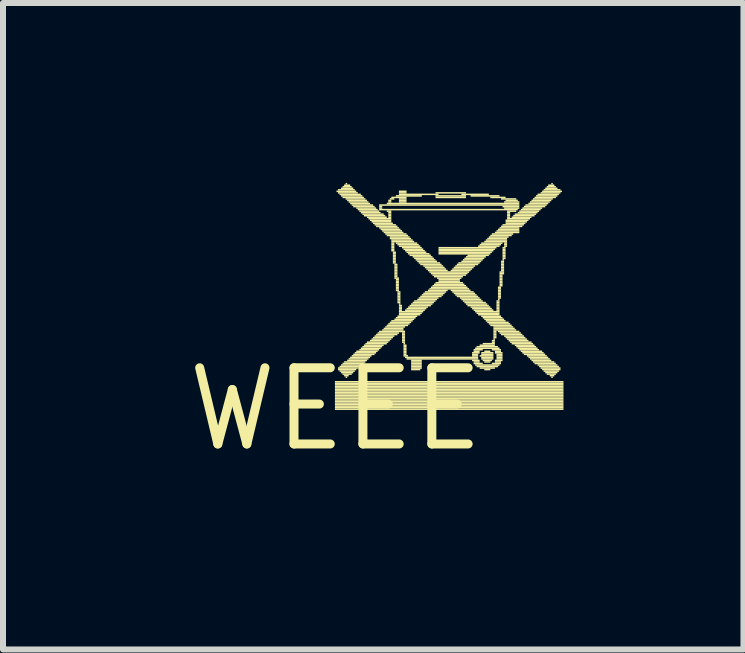
<source format=kicad_pcb>
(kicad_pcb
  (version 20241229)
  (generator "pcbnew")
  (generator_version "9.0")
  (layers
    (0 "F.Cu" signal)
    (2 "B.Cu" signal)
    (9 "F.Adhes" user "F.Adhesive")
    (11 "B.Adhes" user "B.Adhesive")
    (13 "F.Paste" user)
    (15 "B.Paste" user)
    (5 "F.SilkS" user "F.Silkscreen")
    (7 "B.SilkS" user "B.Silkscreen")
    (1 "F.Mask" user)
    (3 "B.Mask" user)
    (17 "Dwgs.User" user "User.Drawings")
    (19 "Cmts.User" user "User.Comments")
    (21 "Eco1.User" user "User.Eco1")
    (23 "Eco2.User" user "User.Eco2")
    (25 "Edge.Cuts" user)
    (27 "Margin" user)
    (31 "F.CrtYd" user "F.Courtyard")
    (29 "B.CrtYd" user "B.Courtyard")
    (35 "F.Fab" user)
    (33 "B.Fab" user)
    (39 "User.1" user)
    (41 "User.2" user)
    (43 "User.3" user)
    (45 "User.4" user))
  (footprint "WEEE"
    (layer "F.Cu")
    (at 2.547 3.772)
    (property "Reference" "WEEE" (at 0 0 0) (layer "F.SilkS") (effects (font (size 1.27 1.27) (thickness 0.15))))
    (attr through_hole)
    (fp_poly (pts (xy -0.013 -0.445) (xy 3.797 -0.445) (xy 3.797 -0.47) (xy -0.013 -0.47)) (stroke (width 0) (type solid)) (fill yes) (layer "F.SilkS"))
    (fp_poly (pts (xy -0.013 -0.419) (xy 3.797 -0.419) (xy 3.797 -0.445) (xy -0.013 -0.445)) (stroke (width 0) (type solid)) (fill yes) (layer "F.SilkS"))
    (fp_poly (pts (xy -0.013 -0.394) (xy 3.797 -0.394) (xy 3.797 -0.419) (xy -0.013 -0.419)) (stroke (width 0) (type solid)) (fill yes) (layer "F.SilkS"))
    (fp_poly (pts (xy -0.013 -0.368) (xy 3.797 -0.368) (xy 3.797 -0.394) (xy -0.013 -0.394)) (stroke (width 0) (type solid)) (fill yes) (layer "F.SilkS"))
    (fp_poly (pts (xy -0.013 -0.343) (xy 3.797 -0.343) (xy 3.797 -0.368) (xy -0.013 -0.368)) (stroke (width 0) (type solid)) (fill yes) (layer "F.SilkS"))
    (fp_poly (pts (xy -0.013 -0.318) (xy 3.797 -0.318) (xy 3.797 -0.343) (xy -0.013 -0.343)) (stroke (width 0) (type solid)) (fill yes) (layer "F.SilkS"))
    (fp_poly (pts (xy -0.013 -0.292) (xy 3.797 -0.292) (xy 3.797 -0.318) (xy -0.013 -0.318)) (stroke (width 0) (type solid)) (fill yes) (layer "F.SilkS"))
    (fp_poly (pts (xy -0.013 -0.267) (xy 3.797 -0.267) (xy 3.797 -0.292) (xy -0.013 -0.292)) (stroke (width 0) (type solid)) (fill yes) (layer "F.SilkS"))
    (fp_poly (pts (xy -0.013 -0.241) (xy 3.797 -0.241) (xy 3.797 -0.267) (xy -0.013 -0.267)) (stroke (width 0) (type solid)) (fill yes) (layer "F.SilkS"))
    (fp_poly (pts (xy -0.013 -0.216) (xy 3.797 -0.216) (xy 3.797 -0.241) (xy -0.013 -0.241)) (stroke (width 0) (type solid)) (fill yes) (layer "F.SilkS"))
    (fp_poly (pts (xy -0.013 -0.191) (xy 3.797 -0.191) (xy 3.797 -0.216) (xy -0.013 -0.216)) (stroke (width 0) (type solid)) (fill yes) (layer "F.SilkS"))
    (fp_poly (pts (xy -0.013 -0.165) (xy 3.797 -0.165) (xy 3.797 -0.191) (xy -0.013 -0.191)) (stroke (width 0) (type solid)) (fill yes) (layer "F.SilkS"))
    (fp_poly (pts (xy -0.013 -0.14) (xy 3.797 -0.14) (xy 3.797 -0.165) (xy -0.013 -0.165)) (stroke (width 0) (type solid)) (fill yes) (layer "F.SilkS"))
    (fp_poly (pts (xy -0.013 -0.114) (xy 3.797 -0.114) (xy 3.797 -0.14) (xy -0.013 -0.14)) (stroke (width 0) (type solid)) (fill yes) (layer "F.SilkS"))
    (fp_poly (pts (xy -0.013 -0.089) (xy 3.797 -0.089) (xy 3.797 -0.114) (xy -0.013 -0.114)) (stroke (width 0) (type solid)) (fill yes) (layer "F.SilkS"))
    (fp_poly (pts (xy -0.013 -0.064) (xy 3.797 -0.064) (xy 3.797 -0.089) (xy -0.013 -0.089)) (stroke (width 0) (type solid)) (fill yes) (layer "F.SilkS"))
    (fp_poly (pts (xy -0.013 -0.038) (xy 3.797 -0.038) (xy 3.797 -0.064) (xy -0.013 -0.064)) (stroke (width 0) (type solid)) (fill yes) (layer "F.SilkS"))
    (fp_poly (pts (xy -0.013 -0.013) (xy 3.797 -0.013) (xy 3.797 -0.038) (xy -0.013 -0.038)) (stroke (width 0) (type solid)) (fill yes) (layer "F.SilkS"))
    (fp_poly (pts (xy -0.013 0.013) (xy 3.797 0.013) (xy 3.797 -0.013) (xy -0.013 -0.013)) (stroke (width 0) (type solid)) (fill yes) (layer "F.SilkS"))
    (fp_poly (pts (xy 0.013 -3.619) (xy 0.343 -3.619) (xy 0.343 -3.645) (xy 0.013 -3.645)) (stroke (width 0) (type solid)) (fill yes) (layer "F.SilkS"))
    (fp_poly (pts (xy 0.038 -3.645) (xy 0.318 -3.645) (xy 0.318 -3.67) (xy 0.038 -3.67)) (stroke (width 0) (type solid)) (fill yes) (layer "F.SilkS"))
    (fp_poly (pts (xy 0.038 -3.594) (xy 0.368 -3.594) (xy 0.368 -3.619) (xy 0.038 -3.619)) (stroke (width 0) (type solid)) (fill yes) (layer "F.SilkS"))
    (fp_poly (pts (xy 0.038 -0.673) (xy 0.368 -0.673) (xy 0.368 -0.699) (xy 0.038 -0.699)) (stroke (width 0) (type solid)) (fill yes) (layer "F.SilkS"))
    (fp_poly (pts (xy 0.038 -0.648) (xy 0.343 -0.648) (xy 0.343 -0.673) (xy 0.038 -0.673)) (stroke (width 0) (type solid)) (fill yes) (layer "F.SilkS"))
    (fp_poly (pts (xy 0.064 -3.569) (xy 0.419 -3.569) (xy 0.419 -3.594) (xy 0.064 -3.594)) (stroke (width 0) (type solid)) (fill yes) (layer "F.SilkS"))
    (fp_poly (pts (xy 0.064 -0.699) (xy 0.394 -0.699) (xy 0.394 -0.724) (xy 0.064 -0.724)) (stroke (width 0) (type solid)) (fill yes) (layer "F.SilkS"))
    (fp_poly (pts (xy 0.064 -0.622) (xy 0.318 -0.622) (xy 0.318 -0.648) (xy 0.064 -0.648)) (stroke (width 0) (type solid)) (fill yes) (layer "F.SilkS"))
    (fp_poly (pts (xy 0.089 -3.67) (xy 0.292 -3.67) (xy 0.292 -3.696) (xy 0.089 -3.696)) (stroke (width 0) (type solid)) (fill yes) (layer "F.SilkS"))
    (fp_poly (pts (xy 0.089 -3.543) (xy 0.445 -3.543) (xy 0.445 -3.569) (xy 0.089 -3.569)) (stroke (width 0) (type solid)) (fill yes) (layer "F.SilkS"))
    (fp_poly (pts (xy 0.089 -0.724) (xy 0.419 -0.724) (xy 0.419 -0.749) (xy 0.089 -0.749)) (stroke (width 0) (type solid)) (fill yes) (layer "F.SilkS"))
    (fp_poly (pts (xy 0.089 -0.597) (xy 0.292 -0.597) (xy 0.292 -0.622) (xy 0.089 -0.622)) (stroke (width 0) (type solid)) (fill yes) (layer "F.SilkS"))
    (fp_poly (pts (xy 0.114 -3.696) (xy 0.267 -3.696) (xy 0.267 -3.721) (xy 0.114 -3.721)) (stroke (width 0) (type solid)) (fill yes) (layer "F.SilkS"))
    (fp_poly (pts (xy 0.114 -3.518) (xy 0.47 -3.518) (xy 0.47 -3.543) (xy 0.114 -3.543)) (stroke (width 0) (type solid)) (fill yes) (layer "F.SilkS"))
    (fp_poly (pts (xy 0.114 -0.749) (xy 0.47 -0.749) (xy 0.47 -0.775) (xy 0.114 -0.775)) (stroke (width 0) (type solid)) (fill yes) (layer "F.SilkS"))
    (fp_poly (pts (xy 0.114 -0.572) (xy 0.267 -0.572) (xy 0.267 -0.597) (xy 0.114 -0.597)) (stroke (width 0) (type solid)) (fill yes) (layer "F.SilkS"))
    (fp_poly (pts (xy 0.14 -3.721) (xy 0.241 -3.721) (xy 0.241 -3.747) (xy 0.14 -3.747)) (stroke (width 0) (type solid)) (fill yes) (layer "F.SilkS"))
    (fp_poly (pts (xy 0.14 -0.775) (xy 0.495 -0.775) (xy 0.495 -0.8) (xy 0.14 -0.8)) (stroke (width 0) (type solid)) (fill yes) (layer "F.SilkS"))
    (fp_poly (pts (xy 0.14 -0.546) (xy 0.216 -0.546) (xy 0.216 -0.572) (xy 0.14 -0.572)) (stroke (width 0) (type solid)) (fill yes) (layer "F.SilkS"))
    (fp_poly (pts (xy 0.165 -3.747) (xy 0.191 -3.747) (xy 0.191 -3.772) (xy 0.165 -3.772)) (stroke (width 0) (type solid)) (fill yes) (layer "F.SilkS"))
    (fp_poly (pts (xy 0.165 -3.493) (xy 0.495 -3.493) (xy 0.495 -3.518) (xy 0.165 -3.518)) (stroke (width 0) (type solid)) (fill yes) (layer "F.SilkS"))
    (fp_poly (pts (xy 0.165 -0.521) (xy 0.191 -0.521) (xy 0.191 -0.546) (xy 0.165 -0.546)) (stroke (width 0) (type solid)) (fill yes) (layer "F.SilkS"))
    (fp_poly (pts (xy 0.191 -3.467) (xy 0.521 -3.467) (xy 0.521 -3.493) (xy 0.191 -3.493)) (stroke (width 0) (type solid)) (fill yes) (layer "F.SilkS"))
    (fp_poly (pts (xy 0.191 -0.8) (xy 0.521 -0.8) (xy 0.521 -0.826) (xy 0.191 -0.826)) (stroke (width 0) (type solid)) (fill yes) (layer "F.SilkS"))
    (fp_poly (pts (xy 0.216 -3.442) (xy 0.546 -3.442) (xy 0.546 -3.467) (xy 0.216 -3.467)) (stroke (width 0) (type solid)) (fill yes) (layer "F.SilkS"))
    (fp_poly (pts (xy 0.216 -0.826) (xy 0.546 -0.826) (xy 0.546 -0.851) (xy 0.216 -0.851)) (stroke (width 0) (type solid)) (fill yes) (layer "F.SilkS"))
    (fp_poly (pts (xy 0.241 -3.416) (xy 0.572 -3.416) (xy 0.572 -3.442) (xy 0.241 -3.442)) (stroke (width 0) (type solid)) (fill yes) (layer "F.SilkS"))
    (fp_poly (pts (xy 0.241 -0.851) (xy 0.572 -0.851) (xy 0.572 -0.876) (xy 0.241 -0.876)) (stroke (width 0) (type solid)) (fill yes) (layer "F.SilkS"))
    (fp_poly (pts (xy 0.267 -3.391) (xy 0.622 -3.391) (xy 0.622 -3.416) (xy 0.267 -3.416)) (stroke (width 0) (type solid)) (fill yes) (layer "F.SilkS"))
    (fp_poly (pts (xy 0.267 -0.876) (xy 0.597 -0.876) (xy 0.597 -0.902) (xy 0.267 -0.902)) (stroke (width 0) (type solid)) (fill yes) (layer "F.SilkS"))
    (fp_poly (pts (xy 0.292 -3.365) (xy 0.648 -3.365) (xy 0.648 -3.391) (xy 0.292 -3.391)) (stroke (width 0) (type solid)) (fill yes) (layer "F.SilkS"))
    (fp_poly (pts (xy 0.292 -0.902) (xy 0.648 -0.902) (xy 0.648 -0.927) (xy 0.292 -0.927)) (stroke (width 0) (type solid)) (fill yes) (layer "F.SilkS"))
    (fp_poly (pts (xy 0.318 -0.927) (xy 0.673 -0.927) (xy 0.673 -0.953) (xy 0.318 -0.953)) (stroke (width 0) (type solid)) (fill yes) (layer "F.SilkS"))
    (fp_poly (pts (xy 0.343 -3.34) (xy 0.673 -3.34) (xy 0.673 -3.365) (xy 0.343 -3.365)) (stroke (width 0) (type solid)) (fill yes) (layer "F.SilkS"))
    (fp_poly (pts (xy 0.343 -0.953) (xy 0.699 -0.953) (xy 0.699 -0.978) (xy 0.343 -0.978)) (stroke (width 0) (type solid)) (fill yes) (layer "F.SilkS"))
    (fp_poly (pts (xy 0.368 -3.315) (xy 0.699 -3.315) (xy 0.699 -3.34) (xy 0.368 -3.34)) (stroke (width 0) (type solid)) (fill yes) (layer "F.SilkS"))
    (fp_poly (pts (xy 0.394 -3.289) (xy 0.724 -3.289) (xy 0.724 -3.315) (xy 0.394 -3.315)) (stroke (width 0) (type solid)) (fill yes) (layer "F.SilkS"))
    (fp_poly (pts (xy 0.394 -0.978) (xy 0.724 -0.978) (xy 0.724 -1.003) (xy 0.394 -1.003)) (stroke (width 0) (type solid)) (fill yes) (layer "F.SilkS"))
    (fp_poly (pts (xy 0.419 -3.264) (xy 0.749 -3.264) (xy 0.749 -3.289) (xy 0.419 -3.289)) (stroke (width 0) (type solid)) (fill yes) (layer "F.SilkS"))
    (fp_poly (pts (xy 0.419 -1.003) (xy 0.749 -1.003) (xy 0.749 -1.029) (xy 0.419 -1.029)) (stroke (width 0) (type solid)) (fill yes) (layer "F.SilkS"))
    (fp_poly (pts (xy 0.445 -3.239) (xy 0.8 -3.239) (xy 0.8 -3.264) (xy 0.445 -3.264)) (stroke (width 0) (type solid)) (fill yes) (layer "F.SilkS"))
    (fp_poly (pts (xy 0.445 -1.029) (xy 0.775 -1.029) (xy 0.775 -1.054) (xy 0.445 -1.054)) (stroke (width 0) (type solid)) (fill yes) (layer "F.SilkS"))
    (fp_poly (pts (xy 0.47 -3.213) (xy 0.826 -3.213) (xy 0.826 -3.239) (xy 0.47 -3.239)) (stroke (width 0) (type solid)) (fill yes) (layer "F.SilkS"))
    (fp_poly (pts (xy 0.47 -1.054) (xy 0.8 -1.054) (xy 0.8 -1.079) (xy 0.47 -1.079)) (stroke (width 0) (type solid)) (fill yes) (layer "F.SilkS"))
    (fp_poly (pts (xy 0.495 -1.079) (xy 0.851 -1.079) (xy 0.851 -1.105) (xy 0.495 -1.105)) (stroke (width 0) (type solid)) (fill yes) (layer "F.SilkS"))
    (fp_poly (pts (xy 0.521 -3.188) (xy 0.851 -3.188) (xy 0.851 -3.213) (xy 0.521 -3.213)) (stroke (width 0) (type solid)) (fill yes) (layer "F.SilkS"))
    (fp_poly (pts (xy 0.521 -1.105) (xy 0.876 -1.105) (xy 0.876 -1.13) (xy 0.521 -1.13)) (stroke (width 0) (type solid)) (fill yes) (layer "F.SilkS"))
    (fp_poly (pts (xy 0.546 -3.162) (xy 0.927 -3.162) (xy 0.927 -3.188) (xy 0.546 -3.188)) (stroke (width 0) (type solid)) (fill yes) (layer "F.SilkS"))
    (fp_poly (pts (xy 0.572 -3.137) (xy 0.927 -3.137) (xy 0.927 -3.162) (xy 0.572 -3.162)) (stroke (width 0) (type solid)) (fill yes) (layer "F.SilkS"))
    (fp_poly (pts (xy 0.572 -1.13) (xy 0.902 -1.13) (xy 0.902 -1.156) (xy 0.572 -1.156)) (stroke (width 0) (type solid)) (fill yes) (layer "F.SilkS"))
    (fp_poly (pts (xy 0.597 -3.111) (xy 0.927 -3.111) (xy 0.927 -3.137) (xy 0.597 -3.137)) (stroke (width 0) (type solid)) (fill yes) (layer "F.SilkS"))
    (fp_poly (pts (xy 0.597 -1.156) (xy 0.927 -1.156) (xy 0.927 -1.181) (xy 0.597 -1.181)) (stroke (width 0) (type solid)) (fill yes) (layer "F.SilkS"))
    (fp_poly (pts (xy 0.622 -3.086) (xy 0.953 -3.086) (xy 0.953 -3.111) (xy 0.622 -3.111)) (stroke (width 0) (type solid)) (fill yes) (layer "F.SilkS"))
    (fp_poly (pts (xy 0.622 -1.181) (xy 0.953 -1.181) (xy 0.953 -1.206) (xy 0.622 -1.206)) (stroke (width 0) (type solid)) (fill yes) (layer "F.SilkS"))
    (fp_poly (pts (xy 0.648 -3.061) (xy 1.003 -3.061) (xy 1.003 -3.086) (xy 0.648 -3.086)) (stroke (width 0) (type solid)) (fill yes) (layer "F.SilkS"))
    (fp_poly (pts (xy 0.648 -1.206) (xy 0.978 -1.206) (xy 0.978 -1.232) (xy 0.648 -1.232)) (stroke (width 0) (type solid)) (fill yes) (layer "F.SilkS"))
    (fp_poly (pts (xy 0.673 -3.035) (xy 1.029 -3.035) (xy 1.029 -3.061) (xy 0.673 -3.061)) (stroke (width 0) (type solid)) (fill yes) (layer "F.SilkS"))
    (fp_poly (pts (xy 0.673 -1.232) (xy 1.029 -1.232) (xy 1.029 -1.257) (xy 0.673 -1.257)) (stroke (width 0) (type solid)) (fill yes) (layer "F.SilkS"))
    (fp_poly (pts (xy 0.699 -1.257) (xy 1.054 -1.257) (xy 1.054 -1.283) (xy 0.699 -1.283)) (stroke (width 0) (type solid)) (fill yes) (layer "F.SilkS"))
    (fp_poly (pts (xy 0.724 -3.391) (xy 3.061 -3.391) (xy 3.061 -3.416) (xy 0.724 -3.416)) (stroke (width 0) (type solid)) (fill yes) (layer "F.SilkS"))
    (fp_poly (pts (xy 0.724 -3.365) (xy 0.775 -3.365) (xy 0.775 -3.391) (xy 0.724 -3.391)) (stroke (width 0) (type solid)) (fill yes) (layer "F.SilkS"))
    (fp_poly (pts (xy 0.724 -3.34) (xy 0.775 -3.34) (xy 0.775 -3.365) (xy 0.724 -3.365)) (stroke (width 0) (type solid)) (fill yes) (layer "F.SilkS"))
    (fp_poly (pts (xy 0.724 -3.315) (xy 3.035 -3.315) (xy 3.035 -3.34) (xy 0.724 -3.34)) (stroke (width 0) (type solid)) (fill yes) (layer "F.SilkS"))
    (fp_poly (pts (xy 0.724 -3.01) (xy 1.054 -3.01) (xy 1.054 -3.035) (xy 0.724 -3.035)) (stroke (width 0) (type solid)) (fill yes) (layer "F.SilkS"))
    (fp_poly (pts (xy 0.724 -1.283) (xy 1.156 -1.283) (xy 1.156 -1.308) (xy 0.724 -1.308)) (stroke (width 0) (type solid)) (fill yes) (layer "F.SilkS"))
    (fp_poly (pts (xy 0.749 -2.985) (xy 1.079 -2.985) (xy 1.079 -3.01) (xy 0.749 -3.01)) (stroke (width 0) (type solid)) (fill yes) (layer "F.SilkS"))
    (fp_poly (pts (xy 0.775 -2.959) (xy 1.105 -2.959) (xy 1.105 -2.985) (xy 0.775 -2.985)) (stroke (width 0) (type solid)) (fill yes) (layer "F.SilkS"))
    (fp_poly (pts (xy 0.775 -1.308) (xy 1.13 -1.308) (xy 1.13 -1.333) (xy 0.775 -1.333)) (stroke (width 0) (type solid)) (fill yes) (layer "F.SilkS"))
    (fp_poly (pts (xy 0.8 -2.934) (xy 1.13 -2.934) (xy 1.13 -2.959) (xy 0.8 -2.959)) (stroke (width 0) (type solid)) (fill yes) (layer "F.SilkS"))
    (fp_poly (pts (xy 0.8 -1.333) (xy 1.13 -1.333) (xy 1.13 -1.359) (xy 0.8 -1.359)) (stroke (width 0) (type solid)) (fill yes) (layer "F.SilkS"))
    (fp_poly (pts (xy 0.826 -2.908) (xy 1.181 -2.908) (xy 1.181 -2.934) (xy 0.826 -2.934)) (stroke (width 0) (type solid)) (fill yes) (layer "F.SilkS"))
    (fp_poly (pts (xy 0.826 -1.359) (xy 1.156 -1.359) (xy 1.156 -1.384) (xy 0.826 -1.384)) (stroke (width 0) (type solid)) (fill yes) (layer "F.SilkS"))
    (fp_poly (pts (xy 0.851 -3.416) (xy 3.061 -3.416) (xy 3.061 -3.442) (xy 0.851 -3.442)) (stroke (width 0) (type solid)) (fill yes) (layer "F.SilkS"))
    (fp_poly (pts (xy 0.851 -3.289) (xy 0.927 -3.289) (xy 0.927 -3.315) (xy 0.851 -3.315)) (stroke (width 0) (type solid)) (fill yes) (layer "F.SilkS"))
    (fp_poly (pts (xy 0.851 -2.883) (xy 1.206 -2.883) (xy 1.206 -2.908) (xy 0.851 -2.908)) (stroke (width 0) (type solid)) (fill yes) (layer "F.SilkS"))
    (fp_poly (pts (xy 0.851 -1.384) (xy 1.206 -1.384) (xy 1.206 -1.41) (xy 0.851 -1.41)) (stroke (width 0) (type solid)) (fill yes) (layer "F.SilkS"))
    (fp_poly (pts (xy 0.876 -3.467) (xy 0.927 -3.467) (xy 0.927 -3.493) (xy 0.876 -3.493)) (stroke (width 0) (type solid)) (fill yes) (layer "F.SilkS"))
    (fp_poly (pts (xy 0.876 -3.442) (xy 0.927 -3.442) (xy 0.927 -3.467) (xy 0.876 -3.467)) (stroke (width 0) (type solid)) (fill yes) (layer "F.SilkS"))
    (fp_poly (pts (xy 0.876 -3.264) (xy 0.927 -3.264) (xy 0.927 -3.289) (xy 0.876 -3.289)) (stroke (width 0) (type solid)) (fill yes) (layer "F.SilkS"))
    (fp_poly (pts (xy 0.876 -3.239) (xy 0.927 -3.239) (xy 0.927 -3.264) (xy 0.876 -3.264)) (stroke (width 0) (type solid)) (fill yes) (layer "F.SilkS"))
    (fp_poly (pts (xy 0.876 -3.213) (xy 0.927 -3.213) (xy 0.927 -3.239) (xy 0.876 -3.239)) (stroke (width 0) (type solid)) (fill yes) (layer "F.SilkS"))
    (fp_poly (pts (xy 0.876 -3.188) (xy 0.927 -3.188) (xy 0.927 -3.213) (xy 0.876 -3.213)) (stroke (width 0) (type solid)) (fill yes) (layer "F.SilkS"))
    (fp_poly (pts (xy 0.876 -1.41) (xy 1.232 -1.41) (xy 1.232 -1.435) (xy 0.876 -1.435)) (stroke (width 0) (type solid)) (fill yes) (layer "F.SilkS"))
    (fp_poly (pts (xy 0.902 -3.493) (xy 0.978 -3.493) (xy 0.978 -3.518) (xy 0.902 -3.518)) (stroke (width 0) (type solid)) (fill yes) (layer "F.SilkS"))
    (fp_poly (pts (xy 0.902 -2.857) (xy 1.232 -2.857) (xy 1.232 -2.883) (xy 0.902 -2.883)) (stroke (width 0) (type solid)) (fill yes) (layer "F.SilkS"))
    (fp_poly (pts (xy 0.902 -2.832) (xy 1.257 -2.832) (xy 1.257 -2.857) (xy 0.902 -2.857)) (stroke (width 0) (type solid)) (fill yes) (layer "F.SilkS"))
    (fp_poly (pts (xy 0.902 -1.435) (xy 1.257 -1.435) (xy 1.257 -1.46) (xy 0.902 -1.46)) (stroke (width 0) (type solid)) (fill yes) (layer "F.SilkS"))
    (fp_poly (pts (xy 0.927 -3.518) (xy 1.181 -3.518) (xy 1.181 -3.543) (xy 0.927 -3.543)) (stroke (width 0) (type solid)) (fill yes) (layer "F.SilkS"))
    (fp_poly (pts (xy 0.927 -2.807) (xy 1.283 -2.807) (xy 1.283 -2.832) (xy 0.927 -2.832)) (stroke (width 0) (type solid)) (fill yes) (layer "F.SilkS"))
    (fp_poly (pts (xy 0.927 -2.781) (xy 1.308 -2.781) (xy 1.308 -2.807) (xy 0.927 -2.807)) (stroke (width 0) (type solid)) (fill yes) (layer "F.SilkS"))
    (fp_poly (pts (xy 0.927 -2.756) (xy 0.978 -2.756) (xy 0.978 -2.781) (xy 0.927 -2.781)) (stroke (width 0) (type solid)) (fill yes) (layer "F.SilkS"))
    (fp_poly (pts (xy 0.927 -2.731) (xy 0.978 -2.731) (xy 0.978 -2.756) (xy 0.927 -2.756)) (stroke (width 0) (type solid)) (fill yes) (layer "F.SilkS"))
    (fp_poly (pts (xy 0.927 -2.705) (xy 0.978 -2.705) (xy 0.978 -2.731) (xy 0.927 -2.731)) (stroke (width 0) (type solid)) (fill yes) (layer "F.SilkS"))
    (fp_poly (pts (xy 0.927 -2.68) (xy 0.978 -2.68) (xy 0.978 -2.705) (xy 0.927 -2.705)) (stroke (width 0) (type solid)) (fill yes) (layer "F.SilkS"))
    (fp_poly (pts (xy 0.927 -2.654) (xy 0.978 -2.654) (xy 0.978 -2.68) (xy 0.927 -2.68)) (stroke (width 0) (type solid)) (fill yes) (layer "F.SilkS"))
    (fp_poly (pts (xy 0.927 -2.629) (xy 0.978 -2.629) (xy 0.978 -2.654) (xy 0.927 -2.654)) (stroke (width 0) (type solid)) (fill yes) (layer "F.SilkS"))
    (fp_poly (pts (xy 0.927 -1.46) (xy 1.283 -1.46) (xy 1.283 -1.486) (xy 0.927 -1.486)) (stroke (width 0) (type solid)) (fill yes) (layer "F.SilkS"))
    (fp_poly (pts (xy 0.953 -2.603) (xy 1.003 -2.603) (xy 1.003 -2.629) (xy 0.953 -2.629)) (stroke (width 0) (type solid)) (fill yes) (layer "F.SilkS"))
    (fp_poly (pts (xy 0.953 -2.578) (xy 1.003 -2.578) (xy 1.003 -2.603) (xy 0.953 -2.603)) (stroke (width 0) (type solid)) (fill yes) (layer "F.SilkS"))
    (fp_poly (pts (xy 0.953 -2.553) (xy 1.003 -2.553) (xy 1.003 -2.578) (xy 0.953 -2.578)) (stroke (width 0) (type solid)) (fill yes) (layer "F.SilkS"))
    (fp_poly (pts (xy 0.953 -2.527) (xy 1.003 -2.527) (xy 1.003 -2.553) (xy 0.953 -2.553)) (stroke (width 0) (type solid)) (fill yes) (layer "F.SilkS"))
    (fp_poly (pts (xy 0.953 -2.502) (xy 1.003 -2.502) (xy 1.003 -2.527) (xy 0.953 -2.527)) (stroke (width 0) (type solid)) (fill yes) (layer "F.SilkS"))
    (fp_poly (pts (xy 0.953 -2.477) (xy 1.003 -2.477) (xy 1.003 -2.502) (xy 0.953 -2.502)) (stroke (width 0) (type solid)) (fill yes) (layer "F.SilkS"))
    (fp_poly (pts (xy 0.953 -2.451) (xy 1.003 -2.451) (xy 1.003 -2.477) (xy 0.953 -2.477)) (stroke (width 0) (type solid)) (fill yes) (layer "F.SilkS"))
    (fp_poly (pts (xy 0.953 -2.426) (xy 1.003 -2.426) (xy 1.003 -2.451) (xy 0.953 -2.451)) (stroke (width 0) (type solid)) (fill yes) (layer "F.SilkS"))
    (fp_poly (pts (xy 0.978 -2.4) (xy 1.029 -2.4) (xy 1.029 -2.426) (xy 0.978 -2.426)) (stroke (width 0) (type solid)) (fill yes) (layer "F.SilkS"))
    (fp_poly (pts (xy 0.978 -2.375) (xy 1.029 -2.375) (xy 1.029 -2.4) (xy 0.978 -2.4)) (stroke (width 0) (type solid)) (fill yes) (layer "F.SilkS"))
    (fp_poly (pts (xy 0.978 -2.349) (xy 1.029 -2.349) (xy 1.029 -2.375) (xy 0.978 -2.375)) (stroke (width 0) (type solid)) (fill yes) (layer "F.SilkS"))
    (fp_poly (pts (xy 0.978 -2.324) (xy 1.029 -2.324) (xy 1.029 -2.349) (xy 0.978 -2.349)) (stroke (width 0) (type solid)) (fill yes) (layer "F.SilkS"))
    (fp_poly (pts (xy 0.978 -2.299) (xy 1.029 -2.299) (xy 1.029 -2.324) (xy 0.978 -2.324)) (stroke (width 0) (type solid)) (fill yes) (layer "F.SilkS"))
    (fp_poly (pts (xy 0.978 -2.273) (xy 1.029 -2.273) (xy 1.029 -2.299) (xy 0.978 -2.299)) (stroke (width 0) (type solid)) (fill yes) (layer "F.SilkS"))
    (fp_poly (pts (xy 0.978 -2.248) (xy 1.029 -2.248) (xy 1.029 -2.273) (xy 0.978 -2.273)) (stroke (width 0) (type solid)) (fill yes) (layer "F.SilkS"))
    (fp_poly (pts (xy 0.978 -2.223) (xy 1.029 -2.223) (xy 1.029 -2.248) (xy 0.978 -2.248)) (stroke (width 0) (type solid)) (fill yes) (layer "F.SilkS"))
    (fp_poly (pts (xy 0.978 -2.197) (xy 1.029 -2.197) (xy 1.029 -2.223) (xy 0.978 -2.223)) (stroke (width 0) (type solid)) (fill yes) (layer "F.SilkS"))
    (fp_poly (pts (xy 0.978 -2.172) (xy 1.054 -2.172) (xy 1.054 -2.197) (xy 0.978 -2.197)) (stroke (width 0) (type solid)) (fill yes) (layer "F.SilkS"))
    (fp_poly (pts (xy 0.978 -1.486) (xy 1.308 -1.486) (xy 1.308 -1.511) (xy 0.978 -1.511)) (stroke (width 0) (type solid)) (fill yes) (layer "F.SilkS"))
    (fp_poly (pts (xy 1.003 -3.543) (xy 1.435 -3.543) (xy 1.435 -3.569) (xy 1.003 -3.569)) (stroke (width 0) (type solid)) (fill yes) (layer "F.SilkS"))
    (fp_poly (pts (xy 1.003 -2.756) (xy 1.359 -2.756) (xy 1.359 -2.781) (xy 1.003 -2.781)) (stroke (width 0) (type solid)) (fill yes) (layer "F.SilkS"))
    (fp_poly (pts (xy 1.003 -2.146) (xy 1.054 -2.146) (xy 1.054 -2.172) (xy 1.003 -2.172)) (stroke (width 0) (type solid)) (fill yes) (layer "F.SilkS"))
    (fp_poly (pts (xy 1.003 -2.121) (xy 1.054 -2.121) (xy 1.054 -2.146) (xy 1.003 -2.146)) (stroke (width 0) (type solid)) (fill yes) (layer "F.SilkS"))
    (fp_poly (pts (xy 1.003 -2.095) (xy 1.054 -2.095) (xy 1.054 -2.121) (xy 1.003 -2.121)) (stroke (width 0) (type solid)) (fill yes) (layer "F.SilkS"))
    (fp_poly (pts (xy 1.003 -2.07) (xy 1.054 -2.07) (xy 1.054 -2.095) (xy 1.003 -2.095)) (stroke (width 0) (type solid)) (fill yes) (layer "F.SilkS"))
    (fp_poly (pts (xy 1.003 -2.045) (xy 1.054 -2.045) (xy 1.054 -2.07) (xy 1.003 -2.07)) (stroke (width 0) (type solid)) (fill yes) (layer "F.SilkS"))
    (fp_poly (pts (xy 1.003 -2.019) (xy 1.054 -2.019) (xy 1.054 -2.045) (xy 1.003 -2.045)) (stroke (width 0) (type solid)) (fill yes) (layer "F.SilkS"))
    (fp_poly (pts (xy 1.003 -1.994) (xy 1.054 -1.994) (xy 1.054 -2.019) (xy 1.003 -2.019)) (stroke (width 0) (type solid)) (fill yes) (layer "F.SilkS"))
    (fp_poly (pts (xy 1.003 -1.968) (xy 1.054 -1.968) (xy 1.054 -1.994) (xy 1.003 -1.994)) (stroke (width 0) (type solid)) (fill yes) (layer "F.SilkS"))
    (fp_poly (pts (xy 1.003 -1.511) (xy 1.333 -1.511) (xy 1.333 -1.537) (xy 1.003 -1.537)) (stroke (width 0) (type solid)) (fill yes) (layer "F.SilkS"))
    (fp_poly (pts (xy 1.029 -2.731) (xy 1.384 -2.731) (xy 1.384 -2.756) (xy 1.029 -2.756)) (stroke (width 0) (type solid)) (fill yes) (layer "F.SilkS"))
    (fp_poly (pts (xy 1.029 -1.943) (xy 1.079 -1.943) (xy 1.079 -1.968) (xy 1.029 -1.968)) (stroke (width 0) (type solid)) (fill yes) (layer "F.SilkS"))
    (fp_poly (pts (xy 1.029 -1.918) (xy 1.079 -1.918) (xy 1.079 -1.943) (xy 1.029 -1.943)) (stroke (width 0) (type solid)) (fill yes) (layer "F.SilkS"))
    (fp_poly (pts (xy 1.029 -1.892) (xy 1.079 -1.892) (xy 1.079 -1.918) (xy 1.029 -1.918)) (stroke (width 0) (type solid)) (fill yes) (layer "F.SilkS"))
    (fp_poly (pts (xy 1.029 -1.867) (xy 1.079 -1.867) (xy 1.079 -1.892) (xy 1.029 -1.892)) (stroke (width 0) (type solid)) (fill yes) (layer "F.SilkS"))
    (fp_poly (pts (xy 1.029 -1.841) (xy 1.079 -1.841) (xy 1.079 -1.867) (xy 1.029 -1.867)) (stroke (width 0) (type solid)) (fill yes) (layer "F.SilkS"))
    (fp_poly (pts (xy 1.029 -1.816) (xy 1.079 -1.816) (xy 1.079 -1.841) (xy 1.029 -1.841)) (stroke (width 0) (type solid)) (fill yes) (layer "F.SilkS"))
    (fp_poly (pts (xy 1.029 -1.791) (xy 1.079 -1.791) (xy 1.079 -1.816) (xy 1.029 -1.816)) (stroke (width 0) (type solid)) (fill yes) (layer "F.SilkS"))
    (fp_poly (pts (xy 1.029 -1.765) (xy 1.079 -1.765) (xy 1.079 -1.791) (xy 1.029 -1.791)) (stroke (width 0) (type solid)) (fill yes) (layer "F.SilkS"))
    (fp_poly (pts (xy 1.029 -1.537) (xy 1.359 -1.537) (xy 1.359 -1.562) (xy 1.029 -1.562)) (stroke (width 0) (type solid)) (fill yes) (layer "F.SilkS"))
    (fp_poly (pts (xy 1.054 -3.619) (xy 1.181 -3.619) (xy 1.181 -3.645) (xy 1.054 -3.645)) (stroke (width 0) (type solid)) (fill yes) (layer "F.SilkS"))
    (fp_poly (pts (xy 1.054 -3.594) (xy 1.181 -3.594) (xy 1.181 -3.619) (xy 1.054 -3.619)) (stroke (width 0) (type solid)) (fill yes) (layer "F.SilkS"))
    (fp_poly (pts (xy 1.054 -3.569) (xy 1.714 -3.569) (xy 1.714 -3.594) (xy 1.054 -3.594)) (stroke (width 0) (type solid)) (fill yes) (layer "F.SilkS"))
    (fp_poly (pts (xy 1.054 -3.493) (xy 1.181 -3.493) (xy 1.181 -3.518) (xy 1.054 -3.518)) (stroke (width 0) (type solid)) (fill yes) (layer "F.SilkS"))
    (fp_poly (pts (xy 1.054 -3.467) (xy 1.181 -3.467) (xy 1.181 -3.493) (xy 1.054 -3.493)) (stroke (width 0) (type solid)) (fill yes) (layer "F.SilkS"))
    (fp_poly (pts (xy 1.054 -3.442) (xy 1.181 -3.442) (xy 1.181 -3.467) (xy 1.054 -3.467)) (stroke (width 0) (type solid)) (fill yes) (layer "F.SilkS"))
    (fp_poly (pts (xy 1.054 -2.705) (xy 1.41 -2.705) (xy 1.41 -2.731) (xy 1.054 -2.731)) (stroke (width 0) (type solid)) (fill yes) (layer "F.SilkS"))
    (fp_poly (pts (xy 1.054 -1.74) (xy 1.079 -1.74) (xy 1.079 -1.765) (xy 1.054 -1.765)) (stroke (width 0) (type solid)) (fill yes) (layer "F.SilkS"))
    (fp_poly (pts (xy 1.054 -1.714) (xy 1.105 -1.714) (xy 1.105 -1.74) (xy 1.054 -1.74)) (stroke (width 0) (type solid)) (fill yes) (layer "F.SilkS"))
    (fp_poly (pts (xy 1.054 -1.689) (xy 1.105 -1.689) (xy 1.105 -1.714) (xy 1.054 -1.714)) (stroke (width 0) (type solid)) (fill yes) (layer "F.SilkS"))
    (fp_poly (pts (xy 1.054 -1.664) (xy 1.105 -1.664) (xy 1.105 -1.689) (xy 1.054 -1.689)) (stroke (width 0) (type solid)) (fill yes) (layer "F.SilkS"))
    (fp_poly (pts (xy 1.054 -1.638) (xy 1.105 -1.638) (xy 1.105 -1.664) (xy 1.054 -1.664)) (stroke (width 0) (type solid)) (fill yes) (layer "F.SilkS"))
    (fp_poly (pts (xy 1.054 -1.613) (xy 1.46 -1.613) (xy 1.46 -1.638) (xy 1.054 -1.638)) (stroke (width 0) (type solid)) (fill yes) (layer "F.SilkS"))
    (fp_poly (pts (xy 1.054 -1.587) (xy 1.435 -1.587) (xy 1.435 -1.613) (xy 1.054 -1.613)) (stroke (width 0) (type solid)) (fill yes) (layer "F.SilkS"))
    (fp_poly (pts (xy 1.054 -1.562) (xy 1.41 -1.562) (xy 1.41 -1.587) (xy 1.054 -1.587)) (stroke (width 0) (type solid)) (fill yes) (layer "F.SilkS"))
    (fp_poly (pts (xy 1.105 -2.68) (xy 1.435 -2.68) (xy 1.435 -2.705) (xy 1.105 -2.705)) (stroke (width 0) (type solid)) (fill yes) (layer "F.SilkS"))
    (fp_poly (pts (xy 1.105 -1.257) (xy 1.156 -1.257) (xy 1.156 -1.283) (xy 1.105 -1.283)) (stroke (width 0) (type solid)) (fill yes) (layer "F.SilkS"))
    (fp_poly (pts (xy 1.105 -1.232) (xy 1.156 -1.232) (xy 1.156 -1.257) (xy 1.105 -1.257)) (stroke (width 0) (type solid)) (fill yes) (layer "F.SilkS"))
    (fp_poly (pts (xy 1.105 -1.206) (xy 1.156 -1.206) (xy 1.156 -1.232) (xy 1.105 -1.232)) (stroke (width 0) (type solid)) (fill yes) (layer "F.SilkS"))
    (fp_poly (pts (xy 1.105 -1.181) (xy 1.156 -1.181) (xy 1.156 -1.206) (xy 1.105 -1.206)) (stroke (width 0) (type solid)) (fill yes) (layer "F.SilkS"))
    (fp_poly (pts (xy 1.105 -1.156) (xy 1.156 -1.156) (xy 1.156 -1.181) (xy 1.105 -1.181)) (stroke (width 0) (type solid)) (fill yes) (layer "F.SilkS"))
    (fp_poly (pts (xy 1.105 -1.13) (xy 1.156 -1.13) (xy 1.156 -1.156) (xy 1.105 -1.156)) (stroke (width 0) (type solid)) (fill yes) (layer "F.SilkS"))
    (fp_poly (pts (xy 1.105 -1.105) (xy 1.156 -1.105) (xy 1.156 -1.13) (xy 1.105 -1.13)) (stroke (width 0) (type solid)) (fill yes) (layer "F.SilkS"))
    (fp_poly (pts (xy 1.13 -2.654) (xy 1.46 -2.654) (xy 1.46 -2.68) (xy 1.13 -2.68)) (stroke (width 0) (type solid)) (fill yes) (layer "F.SilkS"))
    (fp_poly (pts (xy 1.13 -1.079) (xy 1.156 -1.079) (xy 1.156 -1.105) (xy 1.13 -1.105)) (stroke (width 0) (type solid)) (fill yes) (layer "F.SilkS"))
    (fp_poly (pts (xy 1.13 -1.054) (xy 1.181 -1.054) (xy 1.181 -1.079) (xy 1.13 -1.079)) (stroke (width 0) (type solid)) (fill yes) (layer "F.SilkS"))
    (fp_poly (pts (xy 1.13 -1.029) (xy 1.181 -1.029) (xy 1.181 -1.054) (xy 1.13 -1.054)) (stroke (width 0) (type solid)) (fill yes) (layer "F.SilkS"))
    (fp_poly (pts (xy 1.13 -1.003) (xy 1.181 -1.003) (xy 1.181 -1.029) (xy 1.13 -1.029)) (stroke (width 0) (type solid)) (fill yes) (layer "F.SilkS"))
    (fp_poly (pts (xy 1.13 -0.978) (xy 1.181 -0.978) (xy 1.181 -1.003) (xy 1.13 -1.003)) (stroke (width 0) (type solid)) (fill yes) (layer "F.SilkS"))
    (fp_poly (pts (xy 1.13 -0.953) (xy 1.181 -0.953) (xy 1.181 -0.978) (xy 1.13 -0.978)) (stroke (width 0) (type solid)) (fill yes) (layer "F.SilkS"))
    (fp_poly (pts (xy 1.13 -0.927) (xy 1.181 -0.927) (xy 1.181 -0.953) (xy 1.13 -0.953)) (stroke (width 0) (type solid)) (fill yes) (layer "F.SilkS"))
    (fp_poly (pts (xy 1.13 -0.902) (xy 1.181 -0.902) (xy 1.181 -0.927) (xy 1.13 -0.927)) (stroke (width 0) (type solid)) (fill yes) (layer "F.SilkS"))
    (fp_poly (pts (xy 1.13 -0.876) (xy 1.206 -0.876) (xy 1.206 -0.902) (xy 1.13 -0.902)) (stroke (width 0) (type solid)) (fill yes) (layer "F.SilkS"))
    (fp_poly (pts (xy 1.156 -2.629) (xy 1.486 -2.629) (xy 1.486 -2.654) (xy 1.156 -2.654)) (stroke (width 0) (type solid)) (fill yes) (layer "F.SilkS"))
    (fp_poly (pts (xy 1.156 -1.638) (xy 1.486 -1.638) (xy 1.486 -1.664) (xy 1.156 -1.664)) (stroke (width 0) (type solid)) (fill yes) (layer "F.SilkS"))
    (fp_poly (pts (xy 1.156 -0.851) (xy 2.375 -0.851) (xy 2.375 -0.876) (xy 1.156 -0.876)) (stroke (width 0) (type solid)) (fill yes) (layer "F.SilkS"))
    (fp_poly (pts (xy 1.181 -2.603) (xy 1.511 -2.603) (xy 1.511 -2.629) (xy 1.181 -2.629)) (stroke (width 0) (type solid)) (fill yes) (layer "F.SilkS"))
    (fp_poly (pts (xy 1.181 -1.664) (xy 1.511 -1.664) (xy 1.511 -1.689) (xy 1.181 -1.689)) (stroke (width 0) (type solid)) (fill yes) (layer "F.SilkS"))
    (fp_poly (pts (xy 1.181 -0.826) (xy 2.375 -0.826) (xy 2.375 -0.851) (xy 1.181 -0.851)) (stroke (width 0) (type solid)) (fill yes) (layer "F.SilkS"))
    (fp_poly (pts (xy 1.206 -2.578) (xy 1.562 -2.578) (xy 1.562 -2.603) (xy 1.206 -2.603)) (stroke (width 0) (type solid)) (fill yes) (layer "F.SilkS"))
    (fp_poly (pts (xy 1.206 -1.689) (xy 1.537 -1.689) (xy 1.537 -1.714) (xy 1.206 -1.714)) (stroke (width 0) (type solid)) (fill yes) (layer "F.SilkS"))
    (fp_poly (pts (xy 1.232 -2.553) (xy 1.587 -2.553) (xy 1.587 -2.578) (xy 1.232 -2.578)) (stroke (width 0) (type solid)) (fill yes) (layer "F.SilkS"))
    (fp_poly (pts (xy 1.232 -1.714) (xy 1.587 -1.714) (xy 1.587 -1.74) (xy 1.232 -1.74)) (stroke (width 0) (type solid)) (fill yes) (layer "F.SilkS"))
    (fp_poly (pts (xy 1.257 -1.74) (xy 1.613 -1.74) (xy 1.613 -1.765) (xy 1.257 -1.765)) (stroke (width 0) (type solid)) (fill yes) (layer "F.SilkS"))
    (fp_poly (pts (xy 1.257 -0.8) (xy 1.435 -0.8) (xy 1.435 -0.826) (xy 1.257 -0.826)) (stroke (width 0) (type solid)) (fill yes) (layer "F.SilkS"))
    (fp_poly (pts (xy 1.257 -0.775) (xy 1.435 -0.775) (xy 1.435 -0.8) (xy 1.257 -0.8)) (stroke (width 0) (type solid)) (fill yes) (layer "F.SilkS"))
    (fp_poly (pts (xy 1.257 -0.749) (xy 1.435 -0.749) (xy 1.435 -0.775) (xy 1.257 -0.775)) (stroke (width 0) (type solid)) (fill yes) (layer "F.SilkS"))
    (fp_poly (pts (xy 1.257 -0.724) (xy 1.435 -0.724) (xy 1.435 -0.749) (xy 1.257 -0.749)) (stroke (width 0) (type solid)) (fill yes) (layer "F.SilkS"))
    (fp_poly (pts (xy 1.257 -0.699) (xy 1.435 -0.699) (xy 1.435 -0.724) (xy 1.257 -0.724)) (stroke (width 0) (type solid)) (fill yes) (layer "F.SilkS"))
    (fp_poly (pts (xy 1.257 -0.673) (xy 1.435 -0.673) (xy 1.435 -0.699) (xy 1.257 -0.699)) (stroke (width 0) (type solid)) (fill yes) (layer "F.SilkS"))
    (fp_poly (pts (xy 1.257 -0.648) (xy 1.41 -0.648) (xy 1.41 -0.673) (xy 1.257 -0.673)) (stroke (width 0) (type solid)) (fill yes) (layer "F.SilkS"))
    (fp_poly (pts (xy 1.283 -2.527) (xy 1.613 -2.527) (xy 1.613 -2.553) (xy 1.283 -2.553)) (stroke (width 0) (type solid)) (fill yes) (layer "F.SilkS"))
    (fp_poly (pts (xy 1.283 -1.765) (xy 1.638 -1.765) (xy 1.638 -1.791) (xy 1.283 -1.791)) (stroke (width 0) (type solid)) (fill yes) (layer "F.SilkS"))
    (fp_poly (pts (xy 1.308 -2.502) (xy 1.638 -2.502) (xy 1.638 -2.527) (xy 1.308 -2.527)) (stroke (width 0) (type solid)) (fill yes) (layer "F.SilkS"))
    (fp_poly (pts (xy 1.308 -1.791) (xy 1.664 -1.791) (xy 1.664 -1.816) (xy 1.308 -1.816)) (stroke (width 0) (type solid)) (fill yes) (layer "F.SilkS"))
    (fp_poly (pts (xy 1.333 -2.477) (xy 1.664 -2.477) (xy 1.664 -2.502) (xy 1.333 -2.502)) (stroke (width 0) (type solid)) (fill yes) (layer "F.SilkS"))
    (fp_poly (pts (xy 1.359 -2.451) (xy 1.689 -2.451) (xy 1.689 -2.477) (xy 1.359 -2.477)) (stroke (width 0) (type solid)) (fill yes) (layer "F.SilkS"))
    (fp_poly (pts (xy 1.359 -1.816) (xy 1.689 -1.816) (xy 1.689 -1.841) (xy 1.359 -1.841)) (stroke (width 0) (type solid)) (fill yes) (layer "F.SilkS"))
    (fp_poly (pts (xy 1.384 -2.426) (xy 1.74 -2.426) (xy 1.74 -2.451) (xy 1.384 -2.451)) (stroke (width 0) (type solid)) (fill yes) (layer "F.SilkS"))
    (fp_poly (pts (xy 1.384 -1.841) (xy 1.714 -1.841) (xy 1.714 -1.867) (xy 1.384 -1.867)) (stroke (width 0) (type solid)) (fill yes) (layer "F.SilkS"))
    (fp_poly (pts (xy 1.41 -2.4) (xy 1.765 -2.4) (xy 1.765 -2.426) (xy 1.41 -2.426)) (stroke (width 0) (type solid)) (fill yes) (layer "F.SilkS"))
    (fp_poly (pts (xy 1.41 -1.867) (xy 1.765 -1.867) (xy 1.765 -1.892) (xy 1.41 -1.892)) (stroke (width 0) (type solid)) (fill yes) (layer "F.SilkS"))
    (fp_poly (pts (xy 1.435 -1.892) (xy 1.791 -1.892) (xy 1.791 -1.918) (xy 1.435 -1.918)) (stroke (width 0) (type solid)) (fill yes) (layer "F.SilkS"))
    (fp_poly (pts (xy 1.46 -2.375) (xy 1.791 -2.375) (xy 1.791 -2.4) (xy 1.46 -2.4)) (stroke (width 0) (type solid)) (fill yes) (layer "F.SilkS"))
    (fp_poly (pts (xy 1.46 -1.918) (xy 1.816 -1.918) (xy 1.816 -1.943) (xy 1.46 -1.943)) (stroke (width 0) (type solid)) (fill yes) (layer "F.SilkS"))
    (fp_poly (pts (xy 1.486 -2.349) (xy 1.816 -2.349) (xy 1.816 -2.375) (xy 1.486 -2.375)) (stroke (width 0) (type solid)) (fill yes) (layer "F.SilkS"))
    (fp_poly (pts (xy 1.486 -1.943) (xy 1.841 -1.943) (xy 1.841 -1.968) (xy 1.486 -1.968)) (stroke (width 0) (type solid)) (fill yes) (layer "F.SilkS"))
    (fp_poly (pts (xy 1.511 -2.324) (xy 1.841 -2.324) (xy 1.841 -2.349) (xy 1.511 -2.349)) (stroke (width 0) (type solid)) (fill yes) (layer "F.SilkS"))
    (fp_poly (pts (xy 1.537 -2.299) (xy 1.867 -2.299) (xy 1.867 -2.324) (xy 1.537 -2.324)) (stroke (width 0) (type solid)) (fill yes) (layer "F.SilkS"))
    (fp_poly (pts (xy 1.537 -1.968) (xy 1.867 -1.968) (xy 1.867 -1.994) (xy 1.537 -1.994)) (stroke (width 0) (type solid)) (fill yes) (layer "F.SilkS"))
    (fp_poly (pts (xy 1.562 -2.273) (xy 2.223 -2.273) (xy 2.223 -2.299) (xy 1.562 -2.299)) (stroke (width 0) (type solid)) (fill yes) (layer "F.SilkS"))
    (fp_poly (pts (xy 1.562 -1.994) (xy 2.223 -1.994) (xy 2.223 -2.019) (xy 1.562 -2.019)) (stroke (width 0) (type solid)) (fill yes) (layer "F.SilkS"))
    (fp_poly (pts (xy 1.587 -2.248) (xy 2.197 -2.248) (xy 2.197 -2.273) (xy 1.587 -2.273)) (stroke (width 0) (type solid)) (fill yes) (layer "F.SilkS"))
    (fp_poly (pts (xy 1.587 -2.019) (xy 2.197 -2.019) (xy 2.197 -2.045) (xy 1.587 -2.045)) (stroke (width 0) (type solid)) (fill yes) (layer "F.SilkS"))
    (fp_poly (pts (xy 1.613 -2.223) (xy 2.172 -2.223) (xy 2.172 -2.248) (xy 1.613 -2.248)) (stroke (width 0) (type solid)) (fill yes) (layer "F.SilkS"))
    (fp_poly (pts (xy 1.613 -2.045) (xy 2.172 -2.045) (xy 2.172 -2.07) (xy 1.613 -2.07)) (stroke (width 0) (type solid)) (fill yes) (layer "F.SilkS"))
    (fp_poly (pts (xy 1.638 -2.197) (xy 2.121 -2.197) (xy 2.121 -2.223) (xy 1.638 -2.223)) (stroke (width 0) (type solid)) (fill yes) (layer "F.SilkS"))
    (fp_poly (pts (xy 1.638 -2.07) (xy 2.146 -2.07) (xy 2.146 -2.095) (xy 1.638 -2.095)) (stroke (width 0) (type solid)) (fill yes) (layer "F.SilkS"))
    (fp_poly (pts (xy 1.664 -3.594) (xy 2.172 -3.594) (xy 2.172 -3.619) (xy 1.664 -3.619)) (stroke (width 0) (type solid)) (fill yes) (layer "F.SilkS"))
    (fp_poly (pts (xy 1.664 -3.543) (xy 2.172 -3.543) (xy 2.172 -3.569) (xy 1.664 -3.569)) (stroke (width 0) (type solid)) (fill yes) (layer "F.SilkS"))
    (fp_poly (pts (xy 1.664 -3.518) (xy 2.172 -3.518) (xy 2.172 -3.543) (xy 1.664 -3.543)) (stroke (width 0) (type solid)) (fill yes) (layer "F.SilkS"))
    (fp_poly (pts (xy 1.664 -2.095) (xy 2.121 -2.095) (xy 2.121 -2.121) (xy 1.664 -2.121)) (stroke (width 0) (type solid)) (fill yes) (layer "F.SilkS"))
    (fp_poly (pts (xy 1.689 -2.172) (xy 2.095 -2.172) (xy 2.095 -2.197) (xy 1.689 -2.197)) (stroke (width 0) (type solid)) (fill yes) (layer "F.SilkS"))
    (fp_poly (pts (xy 1.714 -2.68) (xy 2.68 -2.68) (xy 2.68 -2.705) (xy 1.714 -2.705)) (stroke (width 0) (type solid)) (fill yes) (layer "F.SilkS"))
    (fp_poly (pts (xy 1.714 -2.654) (xy 2.654 -2.654) (xy 2.654 -2.68) (xy 1.714 -2.68)) (stroke (width 0) (type solid)) (fill yes) (layer "F.SilkS"))
    (fp_poly (pts (xy 1.714 -2.629) (xy 2.629 -2.629) (xy 2.629 -2.654) (xy 1.714 -2.654)) (stroke (width 0) (type solid)) (fill yes) (layer "F.SilkS"))
    (fp_poly (pts (xy 1.714 -2.603) (xy 2.603 -2.603) (xy 2.603 -2.629) (xy 1.714 -2.629)) (stroke (width 0) (type solid)) (fill yes) (layer "F.SilkS"))
    (fp_poly (pts (xy 1.714 -2.578) (xy 2.578 -2.578) (xy 2.578 -2.603) (xy 1.714 -2.603)) (stroke (width 0) (type solid)) (fill yes) (layer "F.SilkS"))
    (fp_poly (pts (xy 1.714 -2.146) (xy 2.07 -2.146) (xy 2.07 -2.172) (xy 1.714 -2.172)) (stroke (width 0) (type solid)) (fill yes) (layer "F.SilkS"))
    (fp_poly (pts (xy 1.714 -2.121) (xy 2.07 -2.121) (xy 2.07 -2.146) (xy 1.714 -2.146)) (stroke (width 0) (type solid)) (fill yes) (layer "F.SilkS"))
    (fp_poly (pts (xy 1.918 -2.299) (xy 2.248 -2.299) (xy 2.248 -2.324) (xy 1.918 -2.324)) (stroke (width 0) (type solid)) (fill yes) (layer "F.SilkS"))
    (fp_poly (pts (xy 1.918 -1.968) (xy 2.248 -1.968) (xy 2.248 -1.994) (xy 1.918 -1.994)) (stroke (width 0) (type solid)) (fill yes) (layer "F.SilkS"))
    (fp_poly (pts (xy 1.943 -2.324) (xy 2.273 -2.324) (xy 2.273 -2.349) (xy 1.943 -2.349)) (stroke (width 0) (type solid)) (fill yes) (layer "F.SilkS"))
    (fp_poly (pts (xy 1.943 -1.943) (xy 2.299 -1.943) (xy 2.299 -1.968) (xy 1.943 -1.968)) (stroke (width 0) (type solid)) (fill yes) (layer "F.SilkS"))
    (fp_poly (pts (xy 1.968 -2.349) (xy 2.299 -2.349) (xy 2.299 -2.375) (xy 1.968 -2.375)) (stroke (width 0) (type solid)) (fill yes) (layer "F.SilkS"))
    (fp_poly (pts (xy 1.968 -1.918) (xy 2.324 -1.918) (xy 2.324 -1.943) (xy 1.968 -1.943)) (stroke (width 0) (type solid)) (fill yes) (layer "F.SilkS"))
    (fp_poly (pts (xy 1.994 -2.375) (xy 2.324 -2.375) (xy 2.324 -2.4) (xy 1.994 -2.4)) (stroke (width 0) (type solid)) (fill yes) (layer "F.SilkS"))
    (fp_poly (pts (xy 1.994 -1.892) (xy 2.349 -1.892) (xy 2.349 -1.918) (xy 1.994 -1.918)) (stroke (width 0) (type solid)) (fill yes) (layer "F.SilkS"))
    (fp_poly (pts (xy 2.019 -2.4) (xy 2.375 -2.4) (xy 2.375 -2.426) (xy 2.019 -2.426)) (stroke (width 0) (type solid)) (fill yes) (layer "F.SilkS"))
    (fp_poly (pts (xy 2.019 -1.867) (xy 2.375 -1.867) (xy 2.375 -1.892) (xy 2.019 -1.892)) (stroke (width 0) (type solid)) (fill yes) (layer "F.SilkS"))
    (fp_poly (pts (xy 2.045 -2.426) (xy 2.4 -2.426) (xy 2.4 -2.451) (xy 2.045 -2.451)) (stroke (width 0) (type solid)) (fill yes) (layer "F.SilkS"))
    (fp_poly (pts (xy 2.07 -1.841) (xy 2.4 -1.841) (xy 2.4 -1.867) (xy 2.07 -1.867)) (stroke (width 0) (type solid)) (fill yes) (layer "F.SilkS"))
    (fp_poly (pts (xy 2.095 -3.569) (xy 2.553 -3.569) (xy 2.553 -3.594) (xy 2.095 -3.594)) (stroke (width 0) (type solid)) (fill yes) (layer "F.SilkS"))
    (fp_poly (pts (xy 2.095 -2.451) (xy 2.426 -2.451) (xy 2.426 -2.477) (xy 2.095 -2.477)) (stroke (width 0) (type solid)) (fill yes) (layer "F.SilkS"))
    (fp_poly (pts (xy 2.095 -1.816) (xy 2.426 -1.816) (xy 2.426 -1.841) (xy 2.095 -1.841)) (stroke (width 0) (type solid)) (fill yes) (layer "F.SilkS"))
    (fp_poly (pts (xy 2.121 -2.477) (xy 2.451 -2.477) (xy 2.451 -2.502) (xy 2.121 -2.502)) (stroke (width 0) (type solid)) (fill yes) (layer "F.SilkS"))
    (fp_poly (pts (xy 2.121 -1.791) (xy 2.451 -1.791) (xy 2.451 -1.816) (xy 2.121 -1.816)) (stroke (width 0) (type solid)) (fill yes) (layer "F.SilkS"))
    (fp_poly (pts (xy 2.146 -2.502) (xy 2.477 -2.502) (xy 2.477 -2.527) (xy 2.146 -2.527)) (stroke (width 0) (type solid)) (fill yes) (layer "F.SilkS"))
    (fp_poly (pts (xy 2.146 -1.765) (xy 2.502 -1.765) (xy 2.502 -1.791) (xy 2.146 -1.791)) (stroke (width 0) (type solid)) (fill yes) (layer "F.SilkS"))
    (fp_poly (pts (xy 2.172 -2.527) (xy 2.502 -2.527) (xy 2.502 -2.553) (xy 2.172 -2.553)) (stroke (width 0) (type solid)) (fill yes) (layer "F.SilkS"))
    (fp_poly (pts (xy 2.172 -1.74) (xy 2.527 -1.74) (xy 2.527 -1.765) (xy 2.172 -1.765)) (stroke (width 0) (type solid)) (fill yes) (layer "F.SilkS"))
    (fp_poly (pts (xy 2.197 -2.553) (xy 2.553 -2.553) (xy 2.553 -2.578) (xy 2.197 -2.578)) (stroke (width 0) (type solid)) (fill yes) (layer "F.SilkS"))
    (fp_poly (pts (xy 2.197 -1.714) (xy 2.553 -1.714) (xy 2.553 -1.74) (xy 2.197 -1.74)) (stroke (width 0) (type solid)) (fill yes) (layer "F.SilkS"))
    (fp_poly (pts (xy 2.248 -3.543) (xy 2.731 -3.543) (xy 2.731 -3.569) (xy 2.248 -3.569)) (stroke (width 0) (type solid)) (fill yes) (layer "F.SilkS"))
    (fp_poly (pts (xy 2.248 -1.689) (xy 2.578 -1.689) (xy 2.578 -1.714) (xy 2.248 -1.714)) (stroke (width 0) (type solid)) (fill yes) (layer "F.SilkS"))
    (fp_poly (pts (xy 2.273 -1.664) (xy 2.603 -1.664) (xy 2.603 -1.689) (xy 2.273 -1.689)) (stroke (width 0) (type solid)) (fill yes) (layer "F.SilkS"))
    (fp_poly (pts (xy 2.273 -0.927) (xy 2.4 -0.927) (xy 2.4 -0.953) (xy 2.273 -0.953)) (stroke (width 0) (type solid)) (fill yes) (layer "F.SilkS"))
    (fp_poly (pts (xy 2.273 -0.902) (xy 2.375 -0.902) (xy 2.375 -0.927) (xy 2.273 -0.927)) (stroke (width 0) (type solid)) (fill yes) (layer "F.SilkS"))
    (fp_poly (pts (xy 2.273 -0.876) (xy 2.375 -0.876) (xy 2.375 -0.902) (xy 2.273 -0.902)) (stroke (width 0) (type solid)) (fill yes) (layer "F.SilkS"))
    (fp_poly (pts (xy 2.273 -0.8) (xy 2.4 -0.8) (xy 2.4 -0.826) (xy 2.273 -0.826)) (stroke (width 0) (type solid)) (fill yes) (layer "F.SilkS"))
    (fp_poly (pts (xy 2.299 -1.638) (xy 2.629 -1.638) (xy 2.629 -1.664) (xy 2.299 -1.664)) (stroke (width 0) (type solid)) (fill yes) (layer "F.SilkS"))
    (fp_poly (pts (xy 2.299 -0.978) (xy 2.451 -0.978) (xy 2.451 -1.003) (xy 2.299 -1.003)) (stroke (width 0) (type solid)) (fill yes) (layer "F.SilkS"))
    (fp_poly (pts (xy 2.299 -0.953) (xy 2.4 -0.953) (xy 2.4 -0.978) (xy 2.299 -0.978)) (stroke (width 0) (type solid)) (fill yes) (layer "F.SilkS"))
    (fp_poly (pts (xy 2.299 -0.775) (xy 2.4 -0.775) (xy 2.4 -0.8) (xy 2.299 -0.8)) (stroke (width 0) (type solid)) (fill yes) (layer "F.SilkS"))
    (fp_poly (pts (xy 2.299 -0.749) (xy 2.451 -0.749) (xy 2.451 -0.775) (xy 2.299 -0.775)) (stroke (width 0) (type solid)) (fill yes) (layer "F.SilkS"))
    (fp_poly (pts (xy 2.324 -1.613) (xy 2.731 -1.613) (xy 2.731 -1.638) (xy 2.324 -1.638)) (stroke (width 0) (type solid)) (fill yes) (layer "F.SilkS"))
    (fp_poly (pts (xy 2.324 -1.003) (xy 2.731 -1.003) (xy 2.731 -1.029) (xy 2.324 -1.029)) (stroke (width 0) (type solid)) (fill yes) (layer "F.SilkS"))
    (fp_poly (pts (xy 2.324 -0.724) (xy 2.731 -0.724) (xy 2.731 -0.749) (xy 2.324 -0.749)) (stroke (width 0) (type solid)) (fill yes) (layer "F.SilkS"))
    (fp_poly (pts (xy 2.349 -1.587) (xy 2.731 -1.587) (xy 2.731 -1.613) (xy 2.349 -1.613)) (stroke (width 0) (type solid)) (fill yes) (layer "F.SilkS"))
    (fp_poly (pts (xy 2.349 -1.029) (xy 2.705 -1.029) (xy 2.705 -1.054) (xy 2.349 -1.054)) (stroke (width 0) (type solid)) (fill yes) (layer "F.SilkS"))
    (fp_poly (pts (xy 2.349 -0.699) (xy 2.705 -0.699) (xy 2.705 -0.724) (xy 2.349 -0.724)) (stroke (width 0) (type solid)) (fill yes) (layer "F.SilkS"))
    (fp_poly (pts (xy 2.375 -2.705) (xy 2.731 -2.705) (xy 2.731 -2.731) (xy 2.375 -2.731)) (stroke (width 0) (type solid)) (fill yes) (layer "F.SilkS"))
    (fp_poly (pts (xy 2.375 -1.562) (xy 2.731 -1.562) (xy 2.731 -1.587) (xy 2.375 -1.587)) (stroke (width 0) (type solid)) (fill yes) (layer "F.SilkS"))
    (fp_poly (pts (xy 2.4 -2.731) (xy 2.756 -2.731) (xy 2.756 -2.756) (xy 2.4 -2.756)) (stroke (width 0) (type solid)) (fill yes) (layer "F.SilkS"))
    (fp_poly (pts (xy 2.4 -1.054) (xy 2.654 -1.054) (xy 2.654 -1.079) (xy 2.4 -1.079)) (stroke (width 0) (type solid)) (fill yes) (layer "F.SilkS"))
    (fp_poly (pts (xy 2.4 -0.876) (xy 2.629 -0.876) (xy 2.629 -0.902) (xy 2.4 -0.902)) (stroke (width 0) (type solid)) (fill yes) (layer "F.SilkS"))
    (fp_poly (pts (xy 2.4 -0.673) (xy 2.654 -0.673) (xy 2.654 -0.699) (xy 2.4 -0.699)) (stroke (width 0) (type solid)) (fill yes) (layer "F.SilkS"))
    (fp_poly (pts (xy 2.426 -2.756) (xy 2.781 -2.756) (xy 2.781 -2.781) (xy 2.426 -2.781)) (stroke (width 0) (type solid)) (fill yes) (layer "F.SilkS"))
    (fp_poly (pts (xy 2.426 -1.537) (xy 2.756 -1.537) (xy 2.756 -1.562) (xy 2.426 -1.562)) (stroke (width 0) (type solid)) (fill yes) (layer "F.SilkS"))
    (fp_poly (pts (xy 2.426 -0.927) (xy 2.629 -0.927) (xy 2.629 -0.953) (xy 2.426 -0.953)) (stroke (width 0) (type solid)) (fill yes) (layer "F.SilkS"))
    (fp_poly (pts (xy 2.426 -0.902) (xy 2.629 -0.902) (xy 2.629 -0.927) (xy 2.426 -0.927)) (stroke (width 0) (type solid)) (fill yes) (layer "F.SilkS"))
    (fp_poly (pts (xy 2.426 -0.851) (xy 2.629 -0.851) (xy 2.629 -0.876) (xy 2.426 -0.876)) (stroke (width 0) (type solid)) (fill yes) (layer "F.SilkS"))
    (fp_poly (pts (xy 2.426 -0.826) (xy 2.629 -0.826) (xy 2.629 -0.851) (xy 2.426 -0.851)) (stroke (width 0) (type solid)) (fill yes) (layer "F.SilkS"))
    (fp_poly (pts (xy 2.451 -1.511) (xy 2.781 -1.511) (xy 2.781 -1.537) (xy 2.451 -1.537)) (stroke (width 0) (type solid)) (fill yes) (layer "F.SilkS"))
    (fp_poly (pts (xy 2.451 -1.079) (xy 2.654 -1.079) (xy 2.654 -1.105) (xy 2.451 -1.105)) (stroke (width 0) (type solid)) (fill yes) (layer "F.SilkS"))
    (fp_poly (pts (xy 2.451 -0.8) (xy 2.603 -0.8) (xy 2.603 -0.826) (xy 2.451 -0.826)) (stroke (width 0) (type solid)) (fill yes) (layer "F.SilkS"))
    (fp_poly (pts (xy 2.477 -2.781) (xy 2.857 -2.781) (xy 2.857 -2.807) (xy 2.477 -2.807)) (stroke (width 0) (type solid)) (fill yes) (layer "F.SilkS"))
    (fp_poly (pts (xy 2.477 -1.486) (xy 2.807 -1.486) (xy 2.807 -1.511) (xy 2.477 -1.511)) (stroke (width 0) (type solid)) (fill yes) (layer "F.SilkS"))
    (fp_poly (pts (xy 2.477 -0.953) (xy 2.578 -0.953) (xy 2.578 -0.978) (xy 2.477 -0.978)) (stroke (width 0) (type solid)) (fill yes) (layer "F.SilkS"))
    (fp_poly (pts (xy 2.477 -0.775) (xy 2.578 -0.775) (xy 2.578 -0.8) (xy 2.477 -0.8)) (stroke (width 0) (type solid)) (fill yes) (layer "F.SilkS"))
    (fp_poly (pts (xy 2.477 -0.648) (xy 2.578 -0.648) (xy 2.578 -0.673) (xy 2.477 -0.673)) (stroke (width 0) (type solid)) (fill yes) (layer "F.SilkS"))
    (fp_poly (pts (xy 2.502 -2.807) (xy 2.857 -2.807) (xy 2.857 -2.832) (xy 2.502 -2.832)) (stroke (width 0) (type solid)) (fill yes) (layer "F.SilkS"))
    (fp_poly (pts (xy 2.502 -1.46) (xy 2.832 -1.46) (xy 2.832 -1.486) (xy 2.502 -1.486)) (stroke (width 0) (type solid)) (fill yes) (layer "F.SilkS"))
    (fp_poly (pts (xy 2.527 -2.832) (xy 2.857 -2.832) (xy 2.857 -2.857) (xy 2.527 -2.857)) (stroke (width 0) (type solid)) (fill yes) (layer "F.SilkS"))
    (fp_poly (pts (xy 2.527 -1.435) (xy 2.883 -1.435) (xy 2.883 -1.46) (xy 2.527 -1.46)) (stroke (width 0) (type solid)) (fill yes) (layer "F.SilkS"))
    (fp_poly (pts (xy 2.553 -2.857) (xy 2.883 -2.857) (xy 2.883 -2.883) (xy 2.553 -2.883)) (stroke (width 0) (type solid)) (fill yes) (layer "F.SilkS"))
    (fp_poly (pts (xy 2.553 -1.41) (xy 2.908 -1.41) (xy 2.908 -1.435) (xy 2.553 -1.435)) (stroke (width 0) (type solid)) (fill yes) (layer "F.SilkS"))
    (fp_poly (pts (xy 2.578 -3.518) (xy 2.832 -3.518) (xy 2.832 -3.543) (xy 2.578 -3.543)) (stroke (width 0) (type solid)) (fill yes) (layer "F.SilkS"))
    (fp_poly (pts (xy 2.578 -2.883) (xy 2.934 -2.883) (xy 2.934 -2.908) (xy 2.578 -2.908)) (stroke (width 0) (type solid)) (fill yes) (layer "F.SilkS"))
    (fp_poly (pts (xy 2.578 -1.384) (xy 2.934 -1.384) (xy 2.934 -1.41) (xy 2.578 -1.41)) (stroke (width 0) (type solid)) (fill yes) (layer "F.SilkS"))
    (fp_poly (pts (xy 2.603 -2.908) (xy 2.959 -2.908) (xy 2.959 -2.934) (xy 2.603 -2.934)) (stroke (width 0) (type solid)) (fill yes) (layer "F.SilkS"))
    (fp_poly (pts (xy 2.603 -1.13) (xy 2.654 -1.13) (xy 2.654 -1.156) (xy 2.603 -1.156)) (stroke (width 0) (type solid)) (fill yes) (layer "F.SilkS"))
    (fp_poly (pts (xy 2.603 -1.105) (xy 2.654 -1.105) (xy 2.654 -1.13) (xy 2.603 -1.13)) (stroke (width 0) (type solid)) (fill yes) (layer "F.SilkS"))
    (fp_poly (pts (xy 2.603 -0.978) (xy 2.756 -0.978) (xy 2.756 -1.003) (xy 2.603 -1.003)) (stroke (width 0) (type solid)) (fill yes) (layer "F.SilkS"))
    (fp_poly (pts (xy 2.603 -0.749) (xy 2.756 -0.749) (xy 2.756 -0.775) (xy 2.603 -0.775)) (stroke (width 0) (type solid)) (fill yes) (layer "F.SilkS"))
    (fp_poly (pts (xy 2.629 -1.359) (xy 2.959 -1.359) (xy 2.959 -1.384) (xy 2.629 -1.384)) (stroke (width 0) (type solid)) (fill yes) (layer "F.SilkS"))
    (fp_poly (pts (xy 2.629 -1.333) (xy 2.985 -1.333) (xy 2.985 -1.359) (xy 2.629 -1.359)) (stroke (width 0) (type solid)) (fill yes) (layer "F.SilkS"))
    (fp_poly (pts (xy 2.629 -1.308) (xy 3.01 -1.308) (xy 3.01 -1.333) (xy 2.629 -1.333)) (stroke (width 0) (type solid)) (fill yes) (layer "F.SilkS"))
    (fp_poly (pts (xy 2.629 -1.283) (xy 2.68 -1.283) (xy 2.68 -1.308) (xy 2.629 -1.308)) (stroke (width 0) (type solid)) (fill yes) (layer "F.SilkS"))
    (fp_poly (pts (xy 2.629 -1.257) (xy 2.68 -1.257) (xy 2.68 -1.283) (xy 2.629 -1.283)) (stroke (width 0) (type solid)) (fill yes) (layer "F.SilkS"))
    (fp_poly (pts (xy 2.629 -1.232) (xy 2.68 -1.232) (xy 2.68 -1.257) (xy 2.629 -1.257)) (stroke (width 0) (type solid)) (fill yes) (layer "F.SilkS"))
    (fp_poly (pts (xy 2.629 -1.206) (xy 2.68 -1.206) (xy 2.68 -1.232) (xy 2.629 -1.232)) (stroke (width 0) (type solid)) (fill yes) (layer "F.SilkS"))
    (fp_poly (pts (xy 2.629 -1.181) (xy 2.68 -1.181) (xy 2.68 -1.206) (xy 2.629 -1.206)) (stroke (width 0) (type solid)) (fill yes) (layer "F.SilkS"))
    (fp_poly (pts (xy 2.629 -1.156) (xy 2.654 -1.156) (xy 2.654 -1.181) (xy 2.629 -1.181)) (stroke (width 0) (type solid)) (fill yes) (layer "F.SilkS"))
    (fp_poly (pts (xy 2.654 -2.934) (xy 3.061 -2.934) (xy 3.061 -2.959) (xy 2.654 -2.959)) (stroke (width 0) (type solid)) (fill yes) (layer "F.SilkS"))
    (fp_poly (pts (xy 2.654 -0.953) (xy 2.756 -0.953) (xy 2.756 -0.978) (xy 2.654 -0.978)) (stroke (width 0) (type solid)) (fill yes) (layer "F.SilkS"))
    (fp_poly (pts (xy 2.654 -0.927) (xy 2.781 -0.927) (xy 2.781 -0.953) (xy 2.654 -0.953)) (stroke (width 0) (type solid)) (fill yes) (layer "F.SilkS"))
    (fp_poly (pts (xy 2.654 -0.8) (xy 2.781 -0.8) (xy 2.781 -0.826) (xy 2.654 -0.826)) (stroke (width 0) (type solid)) (fill yes) (layer "F.SilkS"))
    (fp_poly (pts (xy 2.654 -0.775) (xy 2.756 -0.775) (xy 2.756 -0.8) (xy 2.654 -0.8)) (stroke (width 0) (type solid)) (fill yes) (layer "F.SilkS"))
    (fp_poly (pts (xy 2.68 -2.959) (xy 3.061 -2.959) (xy 3.061 -2.985) (xy 2.68 -2.985)) (stroke (width 0) (type solid)) (fill yes) (layer "F.SilkS"))
    (fp_poly (pts (xy 2.68 -1.791) (xy 2.731 -1.791) (xy 2.731 -1.816) (xy 2.68 -1.816)) (stroke (width 0) (type solid)) (fill yes) (layer "F.SilkS"))
    (fp_poly (pts (xy 2.68 -1.765) (xy 2.731 -1.765) (xy 2.731 -1.791) (xy 2.68 -1.791)) (stroke (width 0) (type solid)) (fill yes) (layer "F.SilkS"))
    (fp_poly (pts (xy 2.68 -1.74) (xy 2.731 -1.74) (xy 2.731 -1.765) (xy 2.68 -1.765)) (stroke (width 0) (type solid)) (fill yes) (layer "F.SilkS"))
    (fp_poly (pts (xy 2.68 -1.714) (xy 2.731 -1.714) (xy 2.731 -1.74) (xy 2.68 -1.74)) (stroke (width 0) (type solid)) (fill yes) (layer "F.SilkS"))
    (fp_poly (pts (xy 2.68 -1.689) (xy 2.731 -1.689) (xy 2.731 -1.714) (xy 2.68 -1.714)) (stroke (width 0) (type solid)) (fill yes) (layer "F.SilkS"))
    (fp_poly (pts (xy 2.68 -1.664) (xy 2.731 -1.664) (xy 2.731 -1.689) (xy 2.68 -1.689)) (stroke (width 0) (type solid)) (fill yes) (layer "F.SilkS"))
    (fp_poly (pts (xy 2.68 -1.638) (xy 2.731 -1.638) (xy 2.731 -1.664) (xy 2.68 -1.664)) (stroke (width 0) (type solid)) (fill yes) (layer "F.SilkS"))
    (fp_poly (pts (xy 2.68 -0.902) (xy 2.781 -0.902) (xy 2.781 -0.927) (xy 2.68 -0.927)) (stroke (width 0) (type solid)) (fill yes) (layer "F.SilkS"))
    (fp_poly (pts (xy 2.68 -0.876) (xy 2.781 -0.876) (xy 2.781 -0.902) (xy 2.68 -0.902)) (stroke (width 0) (type solid)) (fill yes) (layer "F.SilkS"))
    (fp_poly (pts (xy 2.68 -0.851) (xy 2.781 -0.851) (xy 2.781 -0.876) (xy 2.68 -0.876)) (stroke (width 0) (type solid)) (fill yes) (layer "F.SilkS"))
    (fp_poly (pts (xy 2.68 -0.826) (xy 2.781 -0.826) (xy 2.781 -0.851) (xy 2.68 -0.851)) (stroke (width 0) (type solid)) (fill yes) (layer "F.SilkS"))
    (fp_poly (pts (xy 2.705 -2.985) (xy 3.061 -2.985) (xy 3.061 -3.01) (xy 2.705 -3.01)) (stroke (width 0) (type solid)) (fill yes) (layer "F.SilkS"))
    (fp_poly (pts (xy 2.705 -2.019) (xy 2.756 -2.019) (xy 2.756 -2.045) (xy 2.705 -2.045)) (stroke (width 0) (type solid)) (fill yes) (layer "F.SilkS"))
    (fp_poly (pts (xy 2.705 -1.994) (xy 2.756 -1.994) (xy 2.756 -2.019) (xy 2.705 -2.019)) (stroke (width 0) (type solid)) (fill yes) (layer "F.SilkS"))
    (fp_poly (pts (xy 2.705 -1.968) (xy 2.756 -1.968) (xy 2.756 -1.994) (xy 2.705 -1.994)) (stroke (width 0) (type solid)) (fill yes) (layer "F.SilkS"))
    (fp_poly (pts (xy 2.705 -1.943) (xy 2.756 -1.943) (xy 2.756 -1.968) (xy 2.705 -1.968)) (stroke (width 0) (type solid)) (fill yes) (layer "F.SilkS"))
    (fp_poly (pts (xy 2.705 -1.918) (xy 2.756 -1.918) (xy 2.756 -1.943) (xy 2.705 -1.943)) (stroke (width 0) (type solid)) (fill yes) (layer "F.SilkS"))
    (fp_poly (pts (xy 2.705 -1.892) (xy 2.756 -1.892) (xy 2.756 -1.918) (xy 2.705 -1.918)) (stroke (width 0) (type solid)) (fill yes) (layer "F.SilkS"))
    (fp_poly (pts (xy 2.705 -1.867) (xy 2.756 -1.867) (xy 2.756 -1.892) (xy 2.705 -1.892)) (stroke (width 0) (type solid)) (fill yes) (layer "F.SilkS"))
    (fp_poly (pts (xy 2.705 -1.841) (xy 2.756 -1.841) (xy 2.756 -1.867) (xy 2.705 -1.867)) (stroke (width 0) (type solid)) (fill yes) (layer "F.SilkS"))
    (fp_poly (pts (xy 2.705 -1.816) (xy 2.731 -1.816) (xy 2.731 -1.841) (xy 2.705 -1.841)) (stroke (width 0) (type solid)) (fill yes) (layer "F.SilkS"))
    (fp_poly (pts (xy 2.705 -1.283) (xy 3.061 -1.283) (xy 3.061 -1.308) (xy 2.705 -1.308)) (stroke (width 0) (type solid)) (fill yes) (layer "F.SilkS"))
    (fp_poly (pts (xy 2.731 -3.01) (xy 3.061 -3.01) (xy 3.061 -3.035) (xy 2.731 -3.035)) (stroke (width 0) (type solid)) (fill yes) (layer "F.SilkS"))
    (fp_poly (pts (xy 2.731 -2.273) (xy 2.807 -2.273) (xy 2.807 -2.299) (xy 2.731 -2.299)) (stroke (width 0) (type solid)) (fill yes) (layer "F.SilkS"))
    (fp_poly (pts (xy 2.731 -2.248) (xy 2.807 -2.248) (xy 2.807 -2.273) (xy 2.731 -2.273)) (stroke (width 0) (type solid)) (fill yes) (layer "F.SilkS"))
    (fp_poly (pts (xy 2.731 -2.223) (xy 2.781 -2.223) (xy 2.781 -2.248) (xy 2.731 -2.248)) (stroke (width 0) (type solid)) (fill yes) (layer "F.SilkS"))
    (fp_poly (pts (xy 2.731 -2.197) (xy 2.781 -2.197) (xy 2.781 -2.223) (xy 2.731 -2.223)) (stroke (width 0) (type solid)) (fill yes) (layer "F.SilkS"))
    (fp_poly (pts (xy 2.731 -2.172) (xy 2.781 -2.172) (xy 2.781 -2.197) (xy 2.731 -2.197)) (stroke (width 0) (type solid)) (fill yes) (layer "F.SilkS"))
    (fp_poly (pts (xy 2.731 -2.146) (xy 2.781 -2.146) (xy 2.781 -2.172) (xy 2.731 -2.172)) (stroke (width 0) (type solid)) (fill yes) (layer "F.SilkS"))
    (fp_poly (pts (xy 2.731 -2.121) (xy 2.781 -2.121) (xy 2.781 -2.146) (xy 2.731 -2.146)) (stroke (width 0) (type solid)) (fill yes) (layer "F.SilkS"))
    (fp_poly (pts (xy 2.731 -2.095) (xy 2.781 -2.095) (xy 2.781 -2.121) (xy 2.731 -2.121)) (stroke (width 0) (type solid)) (fill yes) (layer "F.SilkS"))
    (fp_poly (pts (xy 2.731 -2.07) (xy 2.781 -2.07) (xy 2.781 -2.095) (xy 2.731 -2.095)) (stroke (width 0) (type solid)) (fill yes) (layer "F.SilkS"))
    (fp_poly (pts (xy 2.731 -2.045) (xy 2.781 -2.045) (xy 2.781 -2.07) (xy 2.731 -2.07)) (stroke (width 0) (type solid)) (fill yes) (layer "F.SilkS"))
    (fp_poly (pts (xy 2.731 -1.257) (xy 3.086 -1.257) (xy 3.086 -1.283) (xy 2.731 -1.283)) (stroke (width 0) (type solid)) (fill yes) (layer "F.SilkS"))
    (fp_poly (pts (xy 2.756 -3.493) (xy 3.01 -3.493) (xy 3.01 -3.518) (xy 2.756 -3.518)) (stroke (width 0) (type solid)) (fill yes) (layer "F.SilkS"))
    (fp_poly (pts (xy 2.756 -3.035) (xy 3.111 -3.035) (xy 3.111 -3.061) (xy 2.756 -3.061)) (stroke (width 0) (type solid)) (fill yes) (layer "F.SilkS"))
    (fp_poly (pts (xy 2.756 -2.451) (xy 2.807 -2.451) (xy 2.807 -2.477) (xy 2.756 -2.477)) (stroke (width 0) (type solid)) (fill yes) (layer "F.SilkS"))
    (fp_poly (pts (xy 2.756 -2.426) (xy 2.807 -2.426) (xy 2.807 -2.451) (xy 2.756 -2.451)) (stroke (width 0) (type solid)) (fill yes) (layer "F.SilkS"))
    (fp_poly (pts (xy 2.756 -2.4) (xy 2.807 -2.4) (xy 2.807 -2.426) (xy 2.756 -2.426)) (stroke (width 0) (type solid)) (fill yes) (layer "F.SilkS"))
    (fp_poly (pts (xy 2.756 -2.375) (xy 2.807 -2.375) (xy 2.807 -2.4) (xy 2.756 -2.4)) (stroke (width 0) (type solid)) (fill yes) (layer "F.SilkS"))
    (fp_poly (pts (xy 2.756 -2.349) (xy 2.807 -2.349) (xy 2.807 -2.375) (xy 2.756 -2.375)) (stroke (width 0) (type solid)) (fill yes) (layer "F.SilkS"))
    (fp_poly (pts (xy 2.756 -2.324) (xy 2.807 -2.324) (xy 2.807 -2.349) (xy 2.756 -2.349)) (stroke (width 0) (type solid)) (fill yes) (layer "F.SilkS"))
    (fp_poly (pts (xy 2.756 -2.299) (xy 2.807 -2.299) (xy 2.807 -2.324) (xy 2.756 -2.324)) (stroke (width 0) (type solid)) (fill yes) (layer "F.SilkS"))
    (fp_poly (pts (xy 2.756 -1.232) (xy 3.111 -1.232) (xy 3.111 -1.257) (xy 2.756 -1.257)) (stroke (width 0) (type solid)) (fill yes) (layer "F.SilkS"))
    (fp_poly (pts (xy 2.781 -3.365) (xy 3.061 -3.365) (xy 3.061 -3.391) (xy 2.781 -3.391)) (stroke (width 0) (type solid)) (fill yes) (layer "F.SilkS"))
    (fp_poly (pts (xy 2.781 -3.061) (xy 3.137 -3.061) (xy 3.137 -3.086) (xy 2.781 -3.086)) (stroke (width 0) (type solid)) (fill yes) (layer "F.SilkS"))
    (fp_poly (pts (xy 2.781 -2.68) (xy 2.832 -2.68) (xy 2.832 -2.705) (xy 2.781 -2.705)) (stroke (width 0) (type solid)) (fill yes) (layer "F.SilkS"))
    (fp_poly (pts (xy 2.781 -2.654) (xy 2.832 -2.654) (xy 2.832 -2.68) (xy 2.781 -2.68)) (stroke (width 0) (type solid)) (fill yes) (layer "F.SilkS"))
    (fp_poly (pts (xy 2.781 -2.629) (xy 2.832 -2.629) (xy 2.832 -2.654) (xy 2.781 -2.654)) (stroke (width 0) (type solid)) (fill yes) (layer "F.SilkS"))
    (fp_poly (pts (xy 2.781 -2.603) (xy 2.832 -2.603) (xy 2.832 -2.629) (xy 2.781 -2.629)) (stroke (width 0) (type solid)) (fill yes) (layer "F.SilkS"))
    (fp_poly (pts (xy 2.781 -2.578) (xy 2.832 -2.578) (xy 2.832 -2.603) (xy 2.781 -2.603)) (stroke (width 0) (type solid)) (fill yes) (layer "F.SilkS"))
    (fp_poly (pts (xy 2.781 -2.553) (xy 2.832 -2.553) (xy 2.832 -2.578) (xy 2.781 -2.578)) (stroke (width 0) (type solid)) (fill yes) (layer "F.SilkS"))
    (fp_poly (pts (xy 2.781 -2.527) (xy 2.832 -2.527) (xy 2.832 -2.553) (xy 2.781 -2.553)) (stroke (width 0) (type solid)) (fill yes) (layer "F.SilkS"))
    (fp_poly (pts (xy 2.781 -2.502) (xy 2.832 -2.502) (xy 2.832 -2.527) (xy 2.781 -2.527)) (stroke (width 0) (type solid)) (fill yes) (layer "F.SilkS"))
    (fp_poly (pts (xy 2.781 -2.477) (xy 2.807 -2.477) (xy 2.807 -2.502) (xy 2.781 -2.502)) (stroke (width 0) (type solid)) (fill yes) (layer "F.SilkS"))
    (fp_poly (pts (xy 2.807 -3.442) (xy 3.061 -3.442) (xy 3.061 -3.467) (xy 2.807 -3.467)) (stroke (width 0) (type solid)) (fill yes) (layer "F.SilkS"))
    (fp_poly (pts (xy 2.807 -3.34) (xy 3.061 -3.34) (xy 3.061 -3.365) (xy 2.807 -3.365)) (stroke (width 0) (type solid)) (fill yes) (layer "F.SilkS"))
    (fp_poly (pts (xy 2.807 -2.756) (xy 2.857 -2.756) (xy 2.857 -2.781) (xy 2.807 -2.781)) (stroke (width 0) (type solid)) (fill yes) (layer "F.SilkS"))
    (fp_poly (pts (xy 2.807 -2.731) (xy 2.857 -2.731) (xy 2.857 -2.756) (xy 2.807 -2.756)) (stroke (width 0) (type solid)) (fill yes) (layer "F.SilkS"))
    (fp_poly (pts (xy 2.807 -2.705) (xy 2.857 -2.705) (xy 2.857 -2.731) (xy 2.807 -2.731)) (stroke (width 0) (type solid)) (fill yes) (layer "F.SilkS"))
    (fp_poly (pts (xy 2.807 -1.206) (xy 3.137 -1.206) (xy 3.137 -1.232) (xy 2.807 -1.232)) (stroke (width 0) (type solid)) (fill yes) (layer "F.SilkS"))
    (fp_poly (pts (xy 2.832 -3.467) (xy 3.035 -3.467) (xy 3.035 -3.493) (xy 2.832 -3.493)) (stroke (width 0) (type solid)) (fill yes) (layer "F.SilkS"))
    (fp_poly (pts (xy 2.832 -3.137) (xy 3.213 -3.137) (xy 3.213 -3.162) (xy 2.832 -3.162)) (stroke (width 0) (type solid)) (fill yes) (layer "F.SilkS"))
    (fp_poly (pts (xy 2.832 -3.111) (xy 3.188 -3.111) (xy 3.188 -3.137) (xy 2.832 -3.137)) (stroke (width 0) (type solid)) (fill yes) (layer "F.SilkS"))
    (fp_poly (pts (xy 2.832 -3.086) (xy 3.162 -3.086) (xy 3.162 -3.111) (xy 2.832 -3.111)) (stroke (width 0) (type solid)) (fill yes) (layer "F.SilkS"))
    (fp_poly (pts (xy 2.832 -1.181) (xy 3.162 -1.181) (xy 3.162 -1.206) (xy 2.832 -1.206)) (stroke (width 0) (type solid)) (fill yes) (layer "F.SilkS"))
    (fp_poly (pts (xy 2.857 -3.289) (xy 3.01 -3.289) (xy 3.01 -3.315) (xy 2.857 -3.315)) (stroke (width 0) (type solid)) (fill yes) (layer "F.SilkS"))
    (fp_poly (pts (xy 2.857 -3.264) (xy 2.908 -3.264) (xy 2.908 -3.289) (xy 2.857 -3.289)) (stroke (width 0) (type solid)) (fill yes) (layer "F.SilkS"))
    (fp_poly (pts (xy 2.857 -3.239) (xy 2.908 -3.239) (xy 2.908 -3.264) (xy 2.857 -3.264)) (stroke (width 0) (type solid)) (fill yes) (layer "F.SilkS"))
    (fp_poly (pts (xy 2.857 -3.213) (xy 2.908 -3.213) (xy 2.908 -3.239) (xy 2.857 -3.239)) (stroke (width 0) (type solid)) (fill yes) (layer "F.SilkS"))
    (fp_poly (pts (xy 2.857 -3.188) (xy 2.908 -3.188) (xy 2.908 -3.213) (xy 2.857 -3.213)) (stroke (width 0) (type solid)) (fill yes) (layer "F.SilkS"))
    (fp_poly (pts (xy 2.857 -3.162) (xy 3.239 -3.162) (xy 3.239 -3.188) (xy 2.857 -3.188)) (stroke (width 0) (type solid)) (fill yes) (layer "F.SilkS"))
    (fp_poly (pts (xy 2.857 -1.156) (xy 3.188 -1.156) (xy 3.188 -1.181) (xy 2.857 -1.181)) (stroke (width 0) (type solid)) (fill yes) (layer "F.SilkS"))
    (fp_poly (pts (xy 2.883 -1.13) (xy 3.213 -1.13) (xy 3.213 -1.156) (xy 2.883 -1.156)) (stroke (width 0) (type solid)) (fill yes) (layer "F.SilkS"))
    (fp_poly (pts (xy 2.908 -1.105) (xy 3.264 -1.105) (xy 3.264 -1.13) (xy 2.908 -1.13)) (stroke (width 0) (type solid)) (fill yes) (layer "F.SilkS"))
    (fp_poly (pts (xy 2.934 -3.188) (xy 3.264 -3.188) (xy 3.264 -3.213) (xy 2.934 -3.213)) (stroke (width 0) (type solid)) (fill yes) (layer "F.SilkS"))
    (fp_poly (pts (xy 2.934 -1.079) (xy 3.289 -1.079) (xy 3.289 -1.105) (xy 2.934 -1.105)) (stroke (width 0) (type solid)) (fill yes) (layer "F.SilkS"))
    (fp_poly (pts (xy 2.959 -3.213) (xy 3.315 -3.213) (xy 3.315 -3.239) (xy 2.959 -3.239)) (stroke (width 0) (type solid)) (fill yes) (layer "F.SilkS"))
    (fp_poly (pts (xy 2.985 -3.239) (xy 3.34 -3.239) (xy 3.34 -3.264) (xy 2.985 -3.264)) (stroke (width 0) (type solid)) (fill yes) (layer "F.SilkS"))
    (fp_poly (pts (xy 2.985 -1.054) (xy 3.315 -1.054) (xy 3.315 -1.079) (xy 2.985 -1.079)) (stroke (width 0) (type solid)) (fill yes) (layer "F.SilkS"))
    (fp_poly (pts (xy 3.01 -1.029) (xy 3.34 -1.029) (xy 3.34 -1.054) (xy 3.01 -1.054)) (stroke (width 0) (type solid)) (fill yes) (layer "F.SilkS"))
    (fp_poly (pts (xy 3.035 -3.264) (xy 3.365 -3.264) (xy 3.365 -3.289) (xy 3.035 -3.289)) (stroke (width 0) (type solid)) (fill yes) (layer "F.SilkS"))
    (fp_poly (pts (xy 3.035 -1.003) (xy 3.365 -1.003) (xy 3.365 -1.029) (xy 3.035 -1.029)) (stroke (width 0) (type solid)) (fill yes) (layer "F.SilkS"))
    (fp_poly (pts (xy 3.061 -3.289) (xy 3.391 -3.289) (xy 3.391 -3.315) (xy 3.061 -3.315)) (stroke (width 0) (type solid)) (fill yes) (layer "F.SilkS"))
    (fp_poly (pts (xy 3.061 -0.978) (xy 3.391 -0.978) (xy 3.391 -1.003) (xy 3.061 -1.003)) (stroke (width 0) (type solid)) (fill yes) (layer "F.SilkS"))
    (fp_poly (pts (xy 3.086 -3.315) (xy 3.416 -3.315) (xy 3.416 -3.34) (xy 3.086 -3.34)) (stroke (width 0) (type solid)) (fill yes) (layer "F.SilkS"))
    (fp_poly (pts (xy 3.086 -0.953) (xy 3.442 -0.953) (xy 3.442 -0.978) (xy 3.086 -0.978)) (stroke (width 0) (type solid)) (fill yes) (layer "F.SilkS"))
    (fp_poly (pts (xy 3.111 -3.34) (xy 3.442 -3.34) (xy 3.442 -3.365) (xy 3.111 -3.365)) (stroke (width 0) (type solid)) (fill yes) (layer "F.SilkS"))
    (fp_poly (pts (xy 3.111 -0.927) (xy 3.467 -0.927) (xy 3.467 -0.953) (xy 3.111 -0.953)) (stroke (width 0) (type solid)) (fill yes) (layer "F.SilkS"))
    (fp_poly (pts (xy 3.137 -3.365) (xy 3.493 -3.365) (xy 3.493 -3.391) (xy 3.137 -3.391)) (stroke (width 0) (type solid)) (fill yes) (layer "F.SilkS"))
    (fp_poly (pts (xy 3.137 -0.902) (xy 3.493 -0.902) (xy 3.493 -0.927) (xy 3.137 -0.927)) (stroke (width 0) (type solid)) (fill yes) (layer "F.SilkS"))
    (fp_poly (pts (xy 3.162 -3.391) (xy 3.518 -3.391) (xy 3.518 -3.416) (xy 3.162 -3.416)) (stroke (width 0) (type solid)) (fill yes) (layer "F.SilkS"))
    (fp_poly (pts (xy 3.188 -0.876) (xy 3.518 -0.876) (xy 3.518 -0.902) (xy 3.188 -0.902)) (stroke (width 0) (type solid)) (fill yes) (layer "F.SilkS"))
    (fp_poly (pts (xy 3.213 -3.416) (xy 3.543 -3.416) (xy 3.543 -3.442) (xy 3.213 -3.442)) (stroke (width 0) (type solid)) (fill yes) (layer "F.SilkS"))
    (fp_poly (pts (xy 3.213 -0.851) (xy 3.543 -0.851) (xy 3.543 -0.876) (xy 3.213 -0.876)) (stroke (width 0) (type solid)) (fill yes) (layer "F.SilkS"))
    (fp_poly (pts (xy 3.239 -3.442) (xy 3.569 -3.442) (xy 3.569 -3.467) (xy 3.239 -3.467)) (stroke (width 0) (type solid)) (fill yes) (layer "F.SilkS"))
    (fp_poly (pts (xy 3.239 -0.826) (xy 3.569 -0.826) (xy 3.569 -0.851) (xy 3.239 -0.851)) (stroke (width 0) (type solid)) (fill yes) (layer "F.SilkS"))
    (fp_poly (pts (xy 3.264 -3.467) (xy 3.594 -3.467) (xy 3.594 -3.493) (xy 3.264 -3.493)) (stroke (width 0) (type solid)) (fill yes) (layer "F.SilkS"))
    (fp_poly (pts (xy 3.264 -0.8) (xy 3.594 -0.8) (xy 3.594 -0.826) (xy 3.264 -0.826)) (stroke (width 0) (type solid)) (fill yes) (layer "F.SilkS"))
    (fp_poly (pts (xy 3.289 -3.493) (xy 3.619 -3.493) (xy 3.619 -3.518) (xy 3.289 -3.518)) (stroke (width 0) (type solid)) (fill yes) (layer "F.SilkS"))
    (fp_poly (pts (xy 3.289 -0.775) (xy 3.645 -0.775) (xy 3.645 -0.8) (xy 3.289 -0.8)) (stroke (width 0) (type solid)) (fill yes) (layer "F.SilkS"))
    (fp_poly (pts (xy 3.315 -3.518) (xy 3.67 -3.518) (xy 3.67 -3.543) (xy 3.315 -3.543)) (stroke (width 0) (type solid)) (fill yes) (layer "F.SilkS"))
    (fp_poly (pts (xy 3.315 -0.749) (xy 3.67 -0.749) (xy 3.67 -0.775) (xy 3.315 -0.775)) (stroke (width 0) (type solid)) (fill yes) (layer "F.SilkS"))
    (fp_poly (pts (xy 3.34 -3.543) (xy 3.696 -3.543) (xy 3.696 -3.569) (xy 3.34 -3.569)) (stroke (width 0) (type solid)) (fill yes) (layer "F.SilkS"))
    (fp_poly (pts (xy 3.365 -3.569) (xy 3.721 -3.569) (xy 3.721 -3.594) (xy 3.365 -3.594)) (stroke (width 0) (type solid)) (fill yes) (layer "F.SilkS"))
    (fp_poly (pts (xy 3.365 -0.724) (xy 3.696 -0.724) (xy 3.696 -0.749) (xy 3.365 -0.749)) (stroke (width 0) (type solid)) (fill yes) (layer "F.SilkS"))
    (fp_poly (pts (xy 3.391 -0.699) (xy 3.721 -0.699) (xy 3.721 -0.724) (xy 3.391 -0.724)) (stroke (width 0) (type solid)) (fill yes) (layer "F.SilkS"))
    (fp_poly (pts (xy 3.416 -3.594) (xy 3.747 -3.594) (xy 3.747 -3.619) (xy 3.416 -3.619)) (stroke (width 0) (type solid)) (fill yes) (layer "F.SilkS"))
    (fp_poly (pts (xy 3.416 -0.673) (xy 3.747 -0.673) (xy 3.747 -0.699) (xy 3.416 -0.699)) (stroke (width 0) (type solid)) (fill yes) (layer "F.SilkS"))
    (fp_poly (pts (xy 3.442 -3.619) (xy 3.772 -3.619) (xy 3.772 -3.645) (xy 3.442 -3.645)) (stroke (width 0) (type solid)) (fill yes) (layer "F.SilkS"))
    (fp_poly (pts (xy 3.442 -0.648) (xy 3.747 -0.648) (xy 3.747 -0.673) (xy 3.442 -0.673)) (stroke (width 0) (type solid)) (fill yes) (layer "F.SilkS"))
    (fp_poly (pts (xy 3.467 -3.645) (xy 3.747 -3.645) (xy 3.747 -3.67) (xy 3.467 -3.67)) (stroke (width 0) (type solid)) (fill yes) (layer "F.SilkS"))
    (fp_poly (pts (xy 3.467 -0.622) (xy 3.721 -0.622) (xy 3.721 -0.648) (xy 3.467 -0.648)) (stroke (width 0) (type solid)) (fill yes) (layer "F.SilkS"))
    (fp_poly (pts (xy 3.493 -3.67) (xy 3.696 -3.67) (xy 3.696 -3.696) (xy 3.493 -3.696)) (stroke (width 0) (type solid)) (fill yes) (layer "F.SilkS"))
    (fp_poly (pts (xy 3.493 -0.597) (xy 3.696 -0.597) (xy 3.696 -0.622) (xy 3.493 -0.622)) (stroke (width 0) (type solid)) (fill yes) (layer "F.SilkS"))
    (fp_poly (pts (xy 3.518 -3.696) (xy 3.67 -3.696) (xy 3.67 -3.721) (xy 3.518 -3.721)) (stroke (width 0) (type solid)) (fill yes) (layer "F.SilkS"))
    (fp_poly (pts (xy 3.518 -0.572) (xy 3.67 -0.572) (xy 3.67 -0.597) (xy 3.518 -0.597)) (stroke (width 0) (type solid)) (fill yes) (layer "F.SilkS"))
    (fp_poly (pts (xy 3.543 -3.721) (xy 3.645 -3.721) (xy 3.645 -3.747) (xy 3.543 -3.747)) (stroke (width 0) (type solid)) (fill yes) (layer "F.SilkS"))
    (fp_poly (pts (xy 3.569 -0.546) (xy 3.645 -0.546) (xy 3.645 -0.572) (xy 3.569 -0.572)) (stroke (width 0) (type solid)) (fill yes) (layer "F.SilkS"))
    (fp_poly (pts (xy 3.594 -3.747) (xy 3.619 -3.747) (xy 3.619 -3.772) (xy 3.594 -3.772)) (stroke (width 0) (type solid)) (fill yes) (layer "F.SilkS"))
    (fp_poly (pts (xy 3.594 -0.521) (xy 3.619 -0.521) (xy 3.619 -0.546) (xy 3.594 -0.546)) (stroke (width 0) (type solid)) (fill yes) (layer "F.SilkS")))
  (gr_rect
    (start -3 -3)
    (end 9.345 7.778)
    (stroke (width 0.1) (type default))
    (fill no)
    (layer "Edge.Cuts")))
</source>
